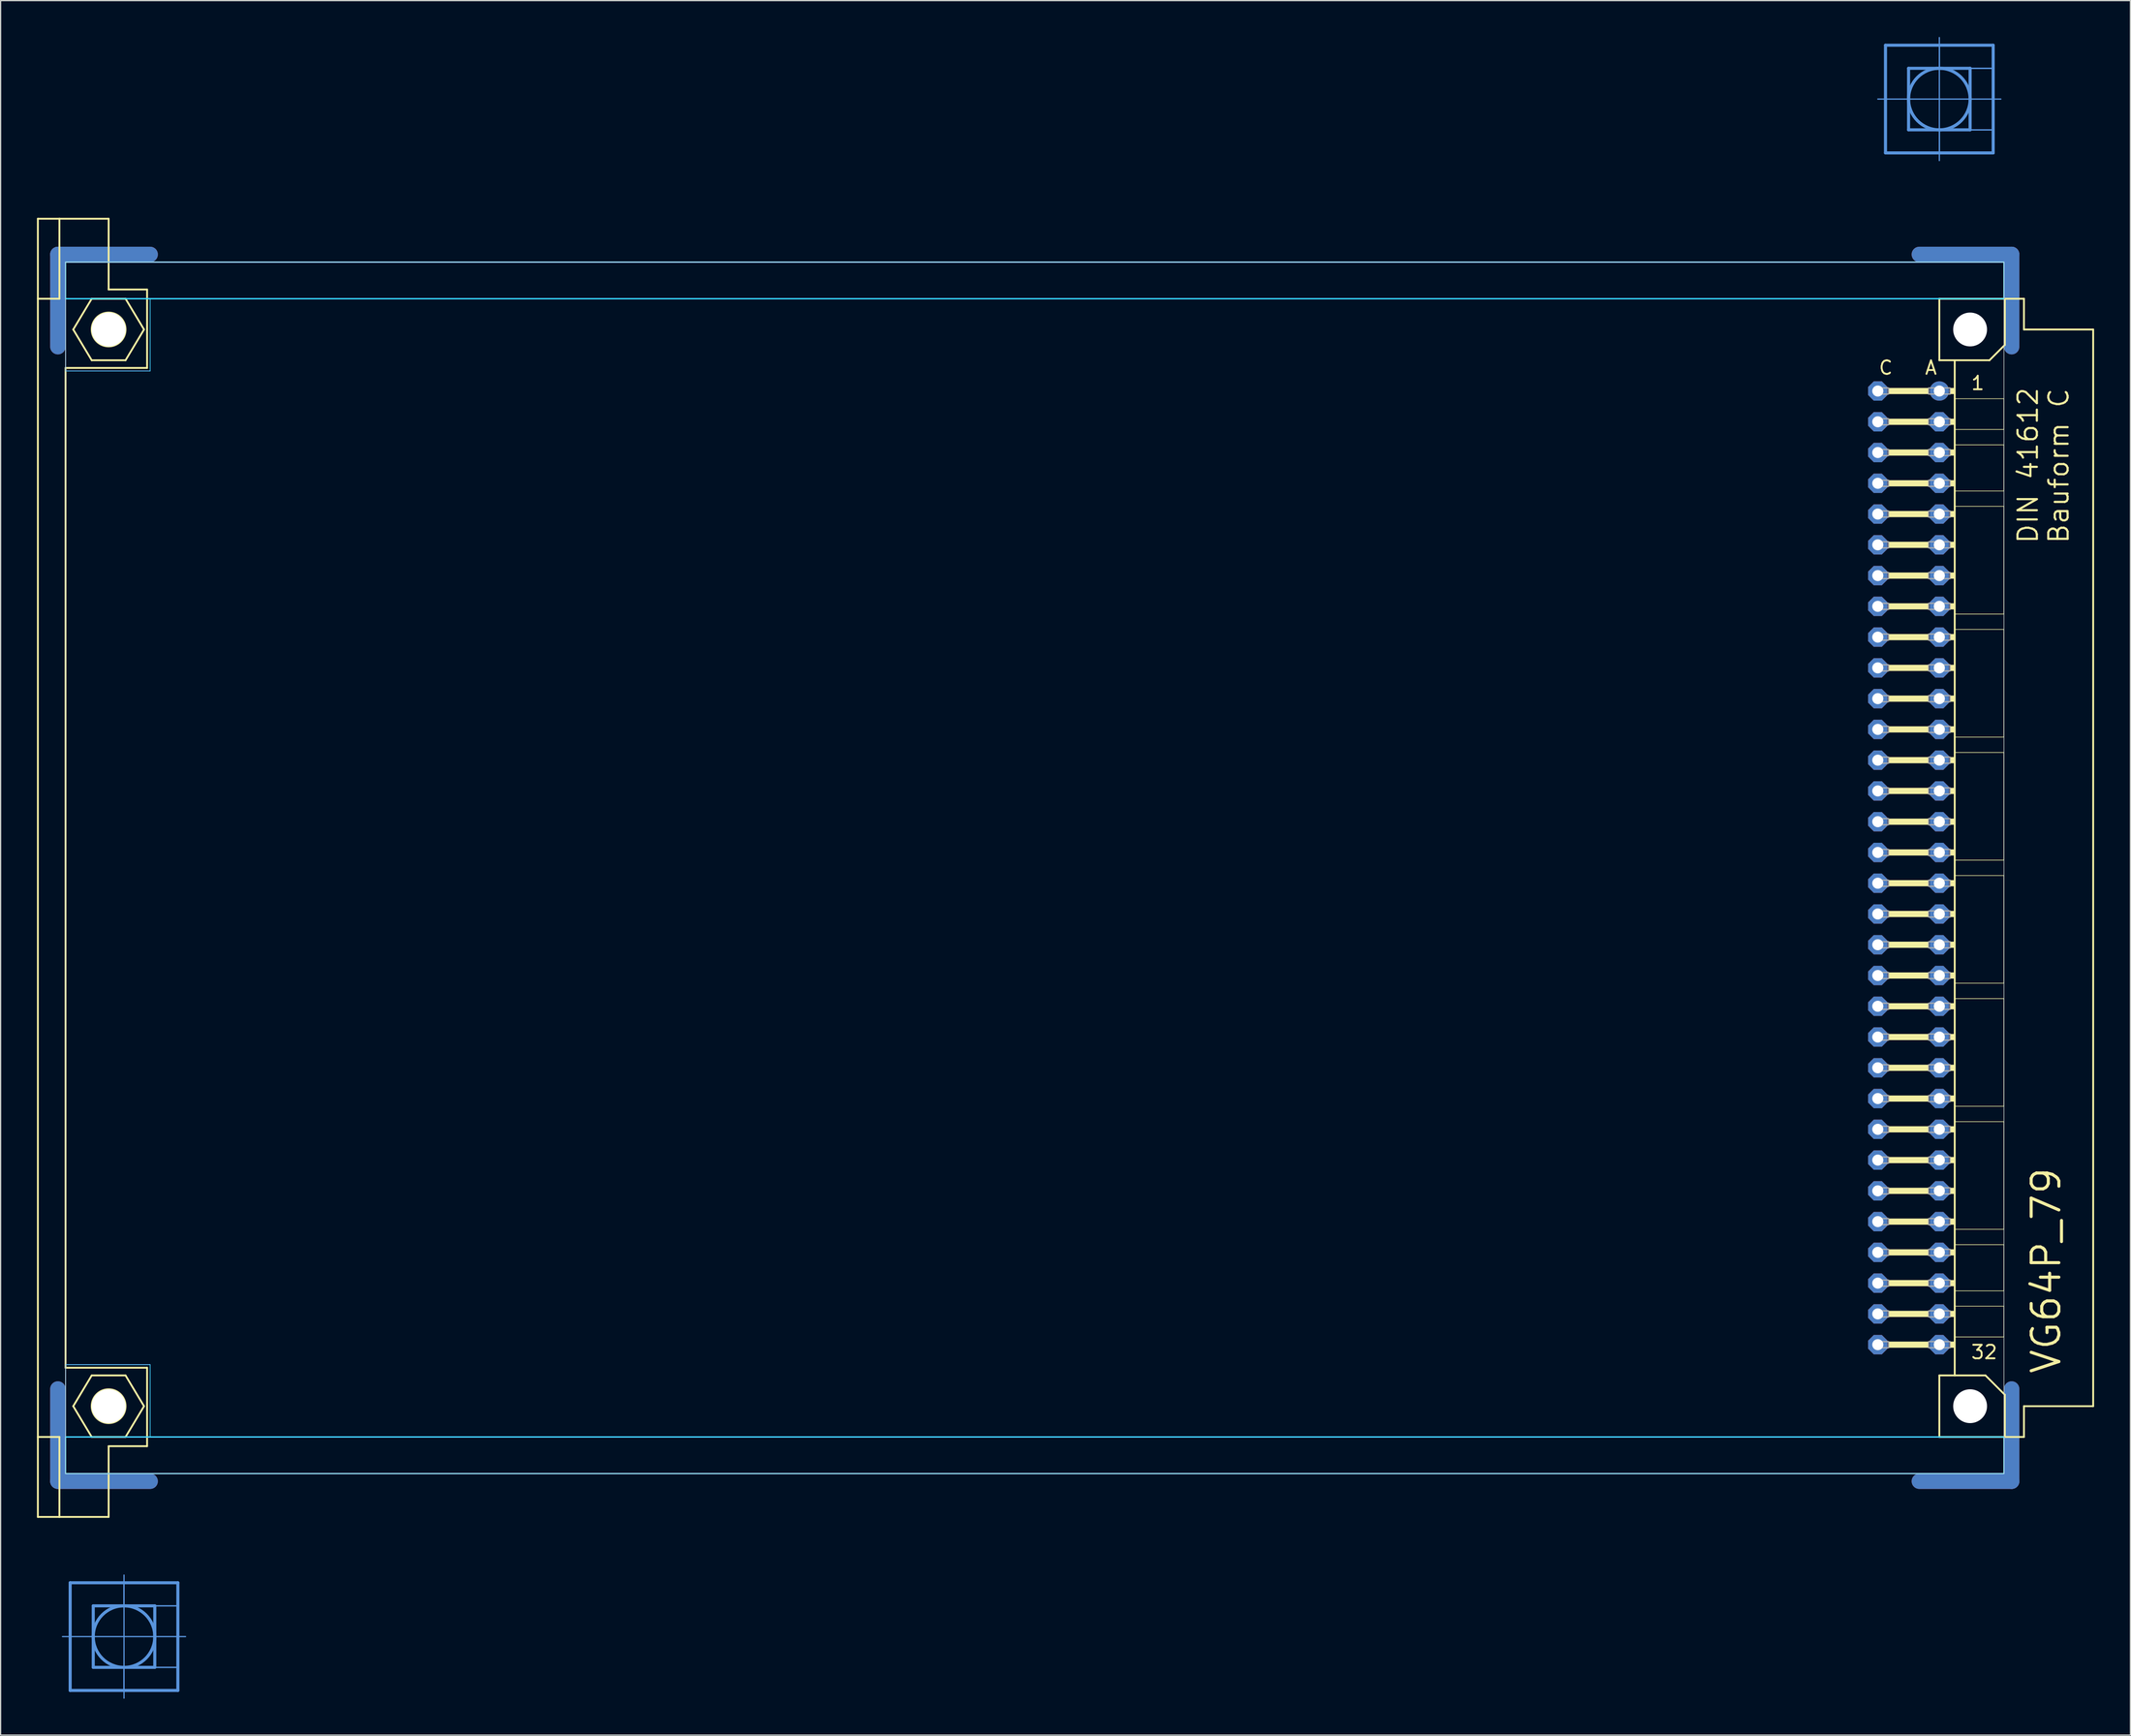
<source format=kicad_pcb>
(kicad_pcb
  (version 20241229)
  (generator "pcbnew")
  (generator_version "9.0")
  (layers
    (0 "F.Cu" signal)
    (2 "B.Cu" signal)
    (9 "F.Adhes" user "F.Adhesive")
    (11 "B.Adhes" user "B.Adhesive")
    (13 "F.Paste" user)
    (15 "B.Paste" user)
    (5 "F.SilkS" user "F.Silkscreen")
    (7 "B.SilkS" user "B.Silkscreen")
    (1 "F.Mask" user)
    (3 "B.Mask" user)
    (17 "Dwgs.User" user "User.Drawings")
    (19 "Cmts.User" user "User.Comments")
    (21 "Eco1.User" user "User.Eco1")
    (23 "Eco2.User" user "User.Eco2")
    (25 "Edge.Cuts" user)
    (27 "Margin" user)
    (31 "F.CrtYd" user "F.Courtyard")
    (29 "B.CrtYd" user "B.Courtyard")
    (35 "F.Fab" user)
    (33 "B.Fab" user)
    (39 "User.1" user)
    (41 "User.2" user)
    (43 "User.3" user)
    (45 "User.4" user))
  (footprint "VG64P_79"
    (layer "F.Cu")
    (at 2.108 68.605)
    (property "Reference" "VG64P_79" (at 165.1 41.91 90) (unlocked yes) (layer "F.SilkS") (effects (font (size 2.286 2.286) (thickness 0.254)) (justify left bottom)))
    (fp_line (start -0.381 -43.028) (end -0.381 -50.648) (stroke (width 1.27) (type solid)) (layer "F.Cu"))
    (fp_line (start -0.381 43.028) (end -0.381 50.648) (stroke (width 1.27) (type solid)) (layer "F.Cu"))
    (fp_line (start 7.239 -50.648) (end -0.381 -50.648) (stroke (width 1.27) (type solid)) (layer "F.Cu"))
    (fp_line (start 7.239 50.648) (end -0.381 50.648) (stroke (width 1.27) (type solid)) (layer "F.Cu"))
    (fp_line (start 153.289 -50.648) (end 160.909 -50.648) (stroke (width 1.27) (type solid)) (layer "F.Cu"))
    (fp_line (start 153.289 50.648) (end 160.909 50.648) (stroke (width 1.27) (type solid)) (layer "F.Cu"))
    (fp_line (start 160.909 -43.028) (end 160.909 -50.648) (stroke (width 1.27) (type solid)) (layer "F.Cu"))
    (fp_line (start 160.909 43.028) (end 160.909 50.648) (stroke (width 1.27) (type solid)) (layer "F.Cu"))
    (fp_line (start 0.254 -42.393) (end 0.254 -50.013) (stroke (width 0.152) (type solid)) (layer "F.Mask"))
    (fp_line (start 0.254 42.393) (end 0.254 50.013) (stroke (width 0.152) (type solid)) (layer "F.Mask"))
    (fp_line (start 7.874 -50.013) (end 0.254 -50.013) (stroke (width 0.152) (type solid)) (layer "F.Mask"))
    (fp_line (start 7.874 50.013) (end 0.254 50.013) (stroke (width 0.152) (type solid)) (layer "F.Mask"))
    (fp_line (start 152.654 -50.013) (end 160.274 -50.013) (stroke (width 0.152) (type solid)) (layer "F.Mask"))
    (fp_line (start 152.654 50.013) (end 160.274 50.013) (stroke (width 0.152) (type solid)) (layer "F.Mask"))
    (fp_line (start 160.274 -42.393) (end 160.274 -50.013) (stroke (width 0.152) (type solid)) (layer "F.Mask"))
    (fp_line (start 160.274 42.393) (end 160.274 50.013) (stroke (width 0.152) (type solid)) (layer "F.Mask"))
    (fp_line (start -0.381 -43.028) (end -0.381 -50.648) (stroke (width 1.27) (type solid)) (layer "B.Cu"))
    (fp_line (start -0.381 43.028) (end -0.381 50.648) (stroke (width 1.27) (type solid)) (layer "B.Cu"))
    (fp_line (start 7.239 -50.648) (end -0.381 -50.648) (stroke (width 1.27) (type solid)) (layer "B.Cu"))
    (fp_line (start 7.239 50.648) (end -0.381 50.648) (stroke (width 1.27) (type solid)) (layer "B.Cu"))
    (fp_line (start 153.289 -50.648) (end 160.909 -50.648) (stroke (width 1.27) (type solid)) (layer "B.Cu"))
    (fp_line (start 153.289 50.648) (end 160.909 50.648) (stroke (width 1.27) (type solid)) (layer "B.Cu"))
    (fp_line (start 160.909 -43.028) (end 160.909 -50.648) (stroke (width 1.27) (type solid)) (layer "B.Cu"))
    (fp_line (start 160.909 43.028) (end 160.909 50.648) (stroke (width 1.27) (type solid)) (layer "B.Cu"))
    (fp_line (start 0.254 -50.013) (end 7.874 -50.013) (stroke (width 0.152) (type solid)) (layer "B.Mask"))
    (fp_line (start 0.254 -42.393) (end 0.254 -50.013) (stroke (width 0.152) (type solid)) (layer "B.Mask"))
    (fp_line (start 0.254 50.013) (end 0.254 42.393) (stroke (width 0.152) (type solid)) (layer "B.Mask"))
    (fp_line (start 7.874 50.013) (end 0.254 50.013) (stroke (width 0.152) (type solid)) (layer "B.Mask"))
    (fp_line (start 152.654 -50.013) (end 160.274 -50.013) (stroke (width 0.152) (type solid)) (layer "B.Mask"))
    (fp_line (start 160.274 -50.013) (end 160.274 -42.393) (stroke (width 0.152) (type solid)) (layer "B.Mask"))
    (fp_line (start 160.274 42.393) (end 160.274 50.013) (stroke (width 0.152) (type solid)) (layer "B.Mask"))
    (fp_line (start 160.274 50.013) (end 152.654 50.013) (stroke (width 0.152) (type solid)) (layer "B.Mask"))
    (fp_line (start -2.032 -53.594) (end -0.254 -53.594) (stroke (width 0.152) (type solid)) (layer "F.SilkS"))
    (fp_line (start -2.032 -46.99) (end -2.032 -53.594) (stroke (width 0.152) (type solid)) (layer "F.SilkS"))
    (fp_line (start -2.032 -46.99) (end -0.254 -46.99) (stroke (width 0.152) (type solid)) (layer "F.SilkS"))
    (fp_line (start -2.032 46.99) (end -2.032 -46.99) (stroke (width 0.152) (type solid)) (layer "F.SilkS"))
    (fp_line (start -2.032 46.99) (end -0.254 46.99) (stroke (width 0.152) (type solid)) (layer "F.SilkS"))
    (fp_line (start -2.032 53.594) (end -2.032 46.99) (stroke (width 0.152) (type solid)) (layer "F.SilkS"))
    (fp_line (start -2.032 53.594) (end -0.254 53.594) (stroke (width 0.152) (type solid)) (layer "F.SilkS"))
    (fp_line (start -0.254 -53.594) (end -0.254 -46.99) (stroke (width 0.152) (type solid)) (layer "F.SilkS"))
    (fp_line (start -0.254 -53.594) (end 3.81 -53.594) (stroke (width 0.152) (type solid)) (layer "F.SilkS"))
    (fp_line (start -0.254 53.594) (end -0.254 46.99) (stroke (width 0.152) (type solid)) (layer "F.SilkS"))
    (fp_line (start -0.254 53.594) (end 3.81 53.594) (stroke (width 0.152) (type solid)) (layer "F.SilkS"))
    (fp_line (start 0.254 -41.275) (end 0.254 41.275) (stroke (width 0.152) (type solid)) (layer "F.SilkS"))
    (fp_line (start 0.254 -41.275) (end 6.985 -41.275) (stroke (width 0.152) (type solid)) (layer "F.SilkS"))
    (fp_line (start 0.254 41.275) (end 6.985 41.275) (stroke (width 0.152) (type solid)) (layer "F.SilkS"))
    (fp_line (start 0.889 -44.45) (end 2.413 -46.99) (stroke (width 0.152) (type solid)) (layer "F.SilkS"))
    (fp_line (start 0.889 44.45) (end 2.413 46.99) (stroke (width 0.152) (type solid)) (layer "F.SilkS"))
    (fp_line (start 2.413 -46.99) (end 5.207 -46.99) (stroke (width 0.152) (type solid)) (layer "F.SilkS"))
    (fp_line (start 2.413 -41.91) (end 0.889 -44.45) (stroke (width 0.152) (type solid)) (layer "F.SilkS"))
    (fp_line (start 2.413 41.91) (end 0.889 44.45) (stroke (width 0.152) (type solid)) (layer "F.SilkS"))
    (fp_line (start 2.413 46.99) (end 5.207 46.99) (stroke (width 0.152) (type solid)) (layer "F.SilkS"))
    (fp_line (start 3.81 -53.594) (end 3.81 -47.752) (stroke (width 0.152) (type solid)) (layer "F.SilkS"))
    (fp_line (start 3.81 -47.752) (end 6.985 -47.752) (stroke (width 0.152) (type solid)) (layer "F.SilkS"))
    (fp_line (start 3.81 47.752) (end 6.985 47.752) (stroke (width 0.152) (type solid)) (layer "F.SilkS"))
    (fp_line (start 3.81 53.594) (end 3.81 47.752) (stroke (width 0.152) (type solid)) (layer "F.SilkS"))
    (fp_line (start 5.207 -46.99) (end 6.731 -44.45) (stroke (width 0.152) (type solid)) (layer "F.SilkS"))
    (fp_line (start 5.207 -41.91) (end 2.413 -41.91) (stroke (width 0.152) (type solid)) (layer "F.SilkS"))
    (fp_line (start 5.207 41.91) (end 2.413 41.91) (stroke (width 0.152) (type solid)) (layer "F.SilkS"))
    (fp_line (start 5.207 46.99) (end 6.731 44.45) (stroke (width 0.152) (type solid)) (layer "F.SilkS"))
    (fp_line (start 6.731 -44.45) (end 5.207 -41.91) (stroke (width 0.152) (type solid)) (layer "F.SilkS"))
    (fp_line (start 6.731 44.45) (end 5.207 41.91) (stroke (width 0.152) (type solid)) (layer "F.SilkS"))
    (fp_line (start 6.985 -47.752) (end 6.985 -41.275) (stroke (width 0.152) (type solid)) (layer "F.SilkS"))
    (fp_line (start 6.985 47.752) (end 6.985 41.275) (stroke (width 0.152) (type solid)) (layer "F.SilkS"))
    (fp_line (start 154.94 -46.99) (end 154.94 -41.91) (stroke (width 0.152) (type solid)) (layer "F.SilkS"))
    (fp_line (start 154.94 -41.91) (end 156.21 -41.91) (stroke (width 0.152) (type solid)) (layer "F.SilkS"))
    (fp_line (start 154.94 41.91) (end 154.94 46.99) (stroke (width 0.152) (type solid)) (layer "F.SilkS"))
    (fp_line (start 154.94 41.91) (end 156.21 41.91) (stroke (width 0.152) (type solid)) (layer "F.SilkS"))
    (fp_line (start 154.94 46.99) (end 160.35 46.99) (stroke (width 0.152) (type solid)) (layer "F.SilkS"))
    (fp_line (start 156.21 -41.91) (end 156.21 -38.735) (stroke (width 0.152) (type solid)) (layer "F.SilkS"))
    (fp_line (start 156.21 -41.91) (end 159.08 -41.91) (stroke (width 0.152) (type solid)) (layer "F.SilkS"))
    (fp_line (start 156.21 -38.735) (end 156.21 -36.195) (stroke (width 0.152) (type solid)) (layer "F.SilkS"))
    (fp_line (start 156.21 -36.195) (end 156.21 -34.925) (stroke (width 0.152) (type solid)) (layer "F.SilkS"))
    (fp_line (start 156.21 -34.925) (end 156.21 -31.115) (stroke (width 0.152) (type solid)) (layer "F.SilkS"))
    (fp_line (start 156.21 -31.115) (end 156.21 -29.845) (stroke (width 0.152) (type solid)) (layer "F.SilkS"))
    (fp_line (start 156.21 -29.845) (end 156.21 -20.955) (stroke (width 0.152) (type solid)) (layer "F.SilkS"))
    (fp_line (start 156.21 -20.955) (end 156.21 -19.685) (stroke (width 0.152) (type solid)) (layer "F.SilkS"))
    (fp_line (start 156.21 -19.685) (end 156.21 -10.795) (stroke (width 0.152) (type solid)) (layer "F.SilkS"))
    (fp_line (start 156.21 -10.795) (end 156.21 -9.525) (stroke (width 0.152) (type solid)) (layer "F.SilkS"))
    (fp_line (start 156.21 -9.525) (end 156.21 -0.635) (stroke (width 0.152) (type solid)) (layer "F.SilkS"))
    (fp_line (start 156.21 -0.635) (end 156.21 0.635) (stroke (width 0.152) (type solid)) (layer "F.SilkS"))
    (fp_line (start 156.21 0.635) (end 156.21 9.525) (stroke (width 0.152) (type solid)) (layer "F.SilkS"))
    (fp_line (start 156.21 9.525) (end 156.21 10.795) (stroke (width 0.152) (type solid)) (layer "F.SilkS"))
    (fp_line (start 156.21 10.795) (end 156.21 19.685) (stroke (width 0.152) (type solid)) (layer "F.SilkS"))
    (fp_line (start 156.21 19.685) (end 156.21 20.955) (stroke (width 0.152) (type solid)) (layer "F.SilkS"))
    (fp_line (start 156.21 20.955) (end 156.21 29.845) (stroke (width 0.152) (type solid)) (layer "F.SilkS"))
    (fp_line (start 156.21 29.845) (end 156.21 31.115) (stroke (width 0.152) (type solid)) (layer "F.SilkS"))
    (fp_line (start 156.21 31.115) (end 156.21 34.925) (stroke (width 0.152) (type solid)) (layer "F.SilkS"))
    (fp_line (start 156.21 34.925) (end 156.21 36.195) (stroke (width 0.152) (type solid)) (layer "F.SilkS"))
    (fp_line (start 156.21 36.195) (end 156.21 38.735) (stroke (width 0.152) (type solid)) (layer "F.SilkS"))
    (fp_line (start 156.21 38.735) (end 156.21 41.91) (stroke (width 0.152) (type solid)) (layer "F.SilkS"))
    (fp_line (start 156.21 41.91) (end 158.75 41.91) (stroke (width 0.152) (type solid)) (layer "F.SilkS"))
    (fp_line (start 159.08 -41.91) (end 160.35 -43.18) (stroke (width 0.152) (type solid)) (layer "F.SilkS"))
    (fp_line (start 160.274 -38.735) (end 156.21 -38.735) (stroke (width 0.051) (type solid)) (layer "F.SilkS"))
    (fp_line (start 160.274 -38.735) (end 160.274 -36.195) (stroke (width 0.051) (type solid)) (layer "F.SilkS"))
    (fp_line (start 160.274 -36.195) (end 156.21 -36.195) (stroke (width 0.051) (type solid)) (layer "F.SilkS"))
    (fp_line (start 160.274 -34.925) (end 156.21 -34.925) (stroke (width 0.051) (type solid)) (layer "F.SilkS"))
    (fp_line (start 160.274 -34.925) (end 160.274 -31.115) (stroke (width 0.051) (type solid)) (layer "F.SilkS"))
    (fp_line (start 160.274 -31.115) (end 156.21 -31.115) (stroke (width 0.051) (type solid)) (layer "F.SilkS"))
    (fp_line (start 160.274 -29.845) (end 156.21 -29.845) (stroke (width 0.051) (type solid)) (layer "F.SilkS"))
    (fp_line (start 160.274 -29.845) (end 160.274 -20.955) (stroke (width 0.051) (type solid)) (layer "F.SilkS"))
    (fp_line (start 160.274 -20.955) (end 156.21 -20.955) (stroke (width 0.051) (type solid)) (layer "F.SilkS"))
    (fp_line (start 160.274 -19.685) (end 156.21 -19.685) (stroke (width 0.051) (type solid)) (layer "F.SilkS"))
    (fp_line (start 160.274 -19.685) (end 160.274 -10.795) (stroke (width 0.051) (type solid)) (layer "F.SilkS"))
    (fp_line (start 160.274 -10.795) (end 156.21 -10.795) (stroke (width 0.051) (type solid)) (layer "F.SilkS"))
    (fp_line (start 160.274 -9.525) (end 156.21 -9.525) (stroke (width 0.051) (type solid)) (layer "F.SilkS"))
    (fp_line (start 160.274 -9.525) (end 160.274 -0.635) (stroke (width 0.051) (type solid)) (layer "F.SilkS"))
    (fp_line (start 160.274 -0.635) (end 156.21 -0.635) (stroke (width 0.051) (type solid)) (layer "F.SilkS"))
    (fp_line (start 160.274 0.635) (end 156.21 0.635) (stroke (width 0.051) (type solid)) (layer "F.SilkS"))
    (fp_line (start 160.274 0.635) (end 160.274 9.525) (stroke (width 0.051) (type solid)) (layer "F.SilkS"))
    (fp_line (start 160.274 9.525) (end 156.21 9.525) (stroke (width 0.051) (type solid)) (layer "F.SilkS"))
    (fp_line (start 160.274 10.795) (end 156.21 10.795) (stroke (width 0.051) (type solid)) (layer "F.SilkS"))
    (fp_line (start 160.274 10.795) (end 160.274 19.685) (stroke (width 0.051) (type solid)) (layer "F.SilkS"))
    (fp_line (start 160.274 19.685) (end 156.21 19.685) (stroke (width 0.051) (type solid)) (layer "F.SilkS"))
    (fp_line (start 160.274 20.955) (end 156.21 20.955) (stroke (width 0.051) (type solid)) (layer "F.SilkS"))
    (fp_line (start 160.274 20.955) (end 160.274 29.845) (stroke (width 0.051) (type solid)) (layer "F.SilkS"))
    (fp_line (start 160.274 29.845) (end 156.21 29.845) (stroke (width 0.051) (type solid)) (layer "F.SilkS"))
    (fp_line (start 160.274 31.115) (end 156.21 31.115) (stroke (width 0.051) (type solid)) (layer "F.SilkS"))
    (fp_line (start 160.274 31.115) (end 160.274 34.925) (stroke (width 0.051) (type solid)) (layer "F.SilkS"))
    (fp_line (start 160.274 34.925) (end 156.21 34.925) (stroke (width 0.051) (type solid)) (layer "F.SilkS"))
    (fp_line (start 160.274 36.195) (end 156.21 36.195) (stroke (width 0.051) (type solid)) (layer "F.SilkS"))
    (fp_line (start 160.274 36.195) (end 160.274 38.735) (stroke (width 0.051) (type solid)) (layer "F.SilkS"))
    (fp_line (start 160.274 38.735) (end 156.21 38.735) (stroke (width 0.051) (type solid)) (layer "F.SilkS"))
    (fp_line (start 160.35 -46.99) (end 154.94 -46.99) (stroke (width 0.152) (type solid)) (layer "F.SilkS"))
    (fp_line (start 160.35 -43.18) (end 160.35 -46.99) (stroke (width 0.152) (type solid)) (layer "F.SilkS"))
    (fp_line (start 160.35 43.51) (end 158.75 41.91) (stroke (width 0.152) (type solid)) (layer "F.SilkS"))
    (fp_line (start 160.35 43.51) (end 160.35 46.99) (stroke (width 0.152) (type solid)) (layer "F.SilkS"))
    (fp_line (start 160.35 46.99) (end 161.925 46.99) (stroke (width 0.152) (type solid)) (layer "F.SilkS"))
    (fp_line (start 161.925 -46.99) (end 160.35 -46.99) (stroke (width 0.152) (type solid)) (layer "F.SilkS"))
    (fp_line (start 161.925 -44.45) (end 161.925 -46.99) (stroke (width 0.152) (type solid)) (layer "F.SilkS"))
    (fp_line (start 161.925 44.45) (end 167.64 44.45) (stroke (width 0.152) (type solid)) (layer "F.SilkS"))
    (fp_line (start 161.925 46.99) (end 161.925 44.45) (stroke (width 0.152) (type solid)) (layer "F.SilkS"))
    (fp_line (start 167.64 -44.45) (end 161.925 -44.45) (stroke (width 0.152) (type solid)) (layer "F.SilkS"))
    (fp_line (start 167.64 44.45) (end 167.64 -44.45) (stroke (width 0.152) (type solid)) (layer "F.SilkS"))
    (fp_circle (center 3.81 -44.45) (end 5.207 -44.45) (stroke (width 0.152) (type solid)) (fill no) (layer "F.SilkS"))
    (fp_circle (center 3.81 44.45) (end 5.207 44.45) (stroke (width 0.152) (type solid)) (fill no) (layer "F.SilkS"))
    (fp_circle (center 157.48 -44.45) (end 158.75 -44.45) (stroke (width 0.152) (type solid)) (fill no) (layer "F.SilkS"))
    (fp_circle (center 157.48 44.45) (end 158.75 44.45) (stroke (width 0.152) (type solid)) (fill no) (layer "F.SilkS"))
    (fp_poly (pts (xy 150.749 -39.116) (xy 154.051 -39.116) (xy 154.051 -39.624) (xy 150.749 -39.624)) (stroke (width 0) (type default)) (fill yes) (layer "F.SilkS"))
    (fp_poly (pts (xy 150.749 -36.576) (xy 154.051 -36.576) (xy 154.051 -37.084) (xy 150.749 -37.084)) (stroke (width 0) (type default)) (fill yes) (layer "F.SilkS"))
    (fp_poly (pts (xy 150.749 -34.036) (xy 154.051 -34.036) (xy 154.051 -34.544) (xy 150.749 -34.544)) (stroke (width 0) (type default)) (fill yes) (layer "F.SilkS"))
    (fp_poly (pts (xy 150.749 -31.496) (xy 154.051 -31.496) (xy 154.051 -32.004) (xy 150.749 -32.004)) (stroke (width 0) (type default)) (fill yes) (layer "F.SilkS"))
    (fp_poly (pts (xy 150.749 -28.956) (xy 154.051 -28.956) (xy 154.051 -29.464) (xy 150.749 -29.464)) (stroke (width 0) (type default)) (fill yes) (layer "F.SilkS"))
    (fp_poly (pts (xy 150.749 -26.416) (xy 154.051 -26.416) (xy 154.051 -26.924) (xy 150.749 -26.924)) (stroke (width 0) (type default)) (fill yes) (layer "F.SilkS"))
    (fp_poly (pts (xy 150.749 -23.876) (xy 154.051 -23.876) (xy 154.051 -24.384) (xy 150.749 -24.384)) (stroke (width 0) (type default)) (fill yes) (layer "F.SilkS"))
    (fp_poly (pts (xy 150.749 -21.336) (xy 154.051 -21.336) (xy 154.051 -21.844) (xy 150.749 -21.844)) (stroke (width 0) (type default)) (fill yes) (layer "F.SilkS"))
    (fp_poly (pts (xy 150.749 -18.796) (xy 154.051 -18.796) (xy 154.051 -19.304) (xy 150.749 -19.304)) (stroke (width 0) (type default)) (fill yes) (layer "F.SilkS"))
    (fp_poly (pts (xy 150.749 -16.256) (xy 154.051 -16.256) (xy 154.051 -16.764) (xy 150.749 -16.764)) (stroke (width 0) (type default)) (fill yes) (layer "F.SilkS"))
    (fp_poly (pts (xy 150.749 -13.716) (xy 154.051 -13.716) (xy 154.051 -14.224) (xy 150.749 -14.224)) (stroke (width 0) (type default)) (fill yes) (layer "F.SilkS"))
    (fp_poly (pts (xy 150.749 -11.176) (xy 154.051 -11.176) (xy 154.051 -11.684) (xy 150.749 -11.684)) (stroke (width 0) (type default)) (fill yes) (layer "F.SilkS"))
    (fp_poly (pts (xy 150.749 -8.636) (xy 154.051 -8.636) (xy 154.051 -9.144) (xy 150.749 -9.144)) (stroke (width 0) (type default)) (fill yes) (layer "F.SilkS"))
    (fp_poly (pts (xy 150.749 -6.096) (xy 154.051 -6.096) (xy 154.051 -6.604) (xy 150.749 -6.604)) (stroke (width 0) (type default)) (fill yes) (layer "F.SilkS"))
    (fp_poly (pts (xy 150.749 -3.556) (xy 154.051 -3.556) (xy 154.051 -4.064) (xy 150.749 -4.064)) (stroke (width 0) (type default)) (fill yes) (layer "F.SilkS"))
    (fp_poly (pts (xy 150.749 -1.016) (xy 154.051 -1.016) (xy 154.051 -1.524) (xy 150.749 -1.524)) (stroke (width 0) (type default)) (fill yes) (layer "F.SilkS"))
    (fp_poly (pts (xy 150.749 1.524) (xy 154.051 1.524) (xy 154.051 1.016) (xy 150.749 1.016)) (stroke (width 0) (type default)) (fill yes) (layer "F.SilkS"))
    (fp_poly (pts (xy 150.749 4.064) (xy 154.051 4.064) (xy 154.051 3.556) (xy 150.749 3.556)) (stroke (width 0) (type default)) (fill yes) (layer "F.SilkS"))
    (fp_poly (pts (xy 150.749 6.604) (xy 154.051 6.604) (xy 154.051 6.096) (xy 150.749 6.096)) (stroke (width 0) (type default)) (fill yes) (layer "F.SilkS"))
    (fp_poly (pts (xy 150.749 9.144) (xy 154.051 9.144) (xy 154.051 8.636) (xy 150.749 8.636)) (stroke (width 0) (type default)) (fill yes) (layer "F.SilkS"))
    (fp_poly (pts (xy 150.749 11.684) (xy 154.051 11.684) (xy 154.051 11.176) (xy 150.749 11.176)) (stroke (width 0) (type default)) (fill yes) (layer "F.SilkS"))
    (fp_poly (pts (xy 150.749 14.224) (xy 154.051 14.224) (xy 154.051 13.716) (xy 150.749 13.716)) (stroke (width 0) (type default)) (fill yes) (layer "F.SilkS"))
    (fp_poly (pts (xy 150.749 16.764) (xy 154.051 16.764) (xy 154.051 16.256) (xy 150.749 16.256)) (stroke (width 0) (type default)) (fill yes) (layer "F.SilkS"))
    (fp_poly (pts (xy 150.749 19.304) (xy 154.051 19.304) (xy 154.051 18.796) (xy 150.749 18.796)) (stroke (width 0) (type default)) (fill yes) (layer "F.SilkS"))
    (fp_poly (pts (xy 150.749 21.844) (xy 154.051 21.844) (xy 154.051 21.336) (xy 150.749 21.336)) (stroke (width 0) (type default)) (fill yes) (layer "F.SilkS"))
    (fp_poly (pts (xy 150.749 24.384) (xy 154.051 24.384) (xy 154.051 23.876) (xy 150.749 23.876)) (stroke (width 0) (type default)) (fill yes) (layer "F.SilkS"))
    (fp_poly (pts (xy 150.749 26.924) (xy 154.051 26.924) (xy 154.051 26.416) (xy 150.749 26.416)) (stroke (width 0) (type default)) (fill yes) (layer "F.SilkS"))
    (fp_poly (pts (xy 150.749 29.464) (xy 154.051 29.464) (xy 154.051 28.956) (xy 150.749 28.956)) (stroke (width 0) (type default)) (fill yes) (layer "F.SilkS"))
    (fp_poly (pts (xy 150.749 32.004) (xy 154.051 32.004) (xy 154.051 31.496) (xy 150.749 31.496)) (stroke (width 0) (type default)) (fill yes) (layer "F.SilkS"))
    (fp_poly (pts (xy 150.749 34.544) (xy 154.051 34.544) (xy 154.051 34.036) (xy 150.749 34.036)) (stroke (width 0) (type default)) (fill yes) (layer "F.SilkS"))
    (fp_poly (pts (xy 150.749 37.084) (xy 154.051 37.084) (xy 154.051 36.576) (xy 150.749 36.576)) (stroke (width 0) (type default)) (fill yes) (layer "F.SilkS"))
    (fp_poly (pts (xy 150.749 39.624) (xy 154.051 39.624) (xy 154.051 39.116) (xy 150.749 39.116)) (stroke (width 0) (type default)) (fill yes) (layer "F.SilkS"))
    (fp_poly (pts (xy 155.829 -39.116) (xy 156.21 -39.116) (xy 156.21 -39.624) (xy 155.829 -39.624)) (stroke (width 0) (type default)) (fill yes) (layer "F.SilkS"))
    (fp_poly (pts (xy 155.829 -36.576) (xy 156.21 -36.576) (xy 156.21 -37.084) (xy 155.829 -37.084)) (stroke (width 0) (type default)) (fill yes) (layer "F.SilkS"))
    (fp_poly (pts (xy 155.829 -34.036) (xy 156.21 -34.036) (xy 156.21 -34.544) (xy 155.829 -34.544)) (stroke (width 0) (type default)) (fill yes) (layer "F.SilkS"))
    (fp_poly (pts (xy 155.829 -31.496) (xy 156.21 -31.496) (xy 156.21 -32.004) (xy 155.829 -32.004)) (stroke (width 0) (type default)) (fill yes) (layer "F.SilkS"))
    (fp_poly (pts (xy 155.829 -28.956) (xy 156.21 -28.956) (xy 156.21 -29.464) (xy 155.829 -29.464)) (stroke (width 0) (type default)) (fill yes) (layer "F.SilkS"))
    (fp_poly (pts (xy 155.829 -26.416) (xy 156.21 -26.416) (xy 156.21 -26.924) (xy 155.829 -26.924)) (stroke (width 0) (type default)) (fill yes) (layer "F.SilkS"))
    (fp_poly (pts (xy 155.829 -23.876) (xy 156.21 -23.876) (xy 156.21 -24.384) (xy 155.829 -24.384)) (stroke (width 0) (type default)) (fill yes) (layer "F.SilkS"))
    (fp_poly (pts (xy 155.829 -21.336) (xy 156.21 -21.336) (xy 156.21 -21.844) (xy 155.829 -21.844)) (stroke (width 0) (type default)) (fill yes) (layer "F.SilkS"))
    (fp_poly (pts (xy 155.829 -18.796) (xy 156.21 -18.796) (xy 156.21 -19.304) (xy 155.829 -19.304)) (stroke (width 0) (type default)) (fill yes) (layer "F.SilkS"))
    (fp_poly (pts (xy 155.829 -16.256) (xy 156.21 -16.256) (xy 156.21 -16.764) (xy 155.829 -16.764)) (stroke (width 0) (type default)) (fill yes) (layer "F.SilkS"))
    (fp_poly (pts (xy 155.829 -13.716) (xy 156.21 -13.716) (xy 156.21 -14.224) (xy 155.829 -14.224)) (stroke (width 0) (type default)) (fill yes) (layer "F.SilkS"))
    (fp_poly (pts (xy 155.829 -11.176) (xy 156.21 -11.176) (xy 156.21 -11.684) (xy 155.829 -11.684)) (stroke (width 0) (type default)) (fill yes) (layer "F.SilkS"))
    (fp_poly (pts (xy 155.829 -8.636) (xy 156.21 -8.636) (xy 156.21 -9.144) (xy 155.829 -9.144)) (stroke (width 0) (type default)) (fill yes) (layer "F.SilkS"))
    (fp_poly (pts (xy 155.829 -6.096) (xy 156.21 -6.096) (xy 156.21 -6.604) (xy 155.829 -6.604)) (stroke (width 0) (type default)) (fill yes) (layer "F.SilkS"))
    (fp_poly (pts (xy 155.829 -3.556) (xy 156.21 -3.556) (xy 156.21 -4.064) (xy 155.829 -4.064)) (stroke (width 0) (type default)) (fill yes) (layer "F.SilkS"))
    (fp_poly (pts (xy 155.829 -1.016) (xy 156.21 -1.016) (xy 156.21 -1.524) (xy 155.829 -1.524)) (stroke (width 0) (type default)) (fill yes) (layer "F.SilkS"))
    (fp_poly (pts (xy 155.829 1.524) (xy 156.21 1.524) (xy 156.21 1.016) (xy 155.829 1.016)) (stroke (width 0) (type default)) (fill yes) (layer "F.SilkS"))
    (fp_poly (pts (xy 155.829 4.064) (xy 156.21 4.064) (xy 156.21 3.556) (xy 155.829 3.556)) (stroke (width 0) (type default)) (fill yes) (layer "F.SilkS"))
    (fp_poly (pts (xy 155.829 6.604) (xy 156.21 6.604) (xy 156.21 6.096) (xy 155.829 6.096)) (stroke (width 0) (type default)) (fill yes) (layer "F.SilkS"))
    (fp_poly (pts (xy 155.829 9.144) (xy 156.21 9.144) (xy 156.21 8.636) (xy 155.829 8.636)) (stroke (width 0) (type default)) (fill yes) (layer "F.SilkS"))
    (fp_poly (pts (xy 155.829 11.684) (xy 156.21 11.684) (xy 156.21 11.176) (xy 155.829 11.176)) (stroke (width 0) (type default)) (fill yes) (layer "F.SilkS"))
    (fp_poly (pts (xy 155.829 14.224) (xy 156.21 14.224) (xy 156.21 13.716) (xy 155.829 13.716)) (stroke (width 0) (type default)) (fill yes) (layer "F.SilkS"))
    (fp_poly (pts (xy 155.829 16.764) (xy 156.21 16.764) (xy 156.21 16.256) (xy 155.829 16.256)) (stroke (width 0) (type default)) (fill yes) (layer "F.SilkS"))
    (fp_poly (pts (xy 155.829 19.304) (xy 156.21 19.304) (xy 156.21 18.796) (xy 155.829 18.796)) (stroke (width 0) (type default)) (fill yes) (layer "F.SilkS"))
    (fp_poly (pts (xy 155.829 21.844) (xy 156.21 21.844) (xy 156.21 21.336) (xy 155.829 21.336)) (stroke (width 0) (type default)) (fill yes) (layer "F.SilkS"))
    (fp_poly (pts (xy 155.829 24.384) (xy 156.21 24.384) (xy 156.21 23.876) (xy 155.829 23.876)) (stroke (width 0) (type default)) (fill yes) (layer "F.SilkS"))
    (fp_poly (pts (xy 155.829 26.924) (xy 156.21 26.924) (xy 156.21 26.416) (xy 155.829 26.416)) (stroke (width 0) (type default)) (fill yes) (layer "F.SilkS"))
    (fp_poly (pts (xy 155.829 29.464) (xy 156.21 29.464) (xy 156.21 28.956) (xy 155.829 28.956)) (stroke (width 0) (type default)) (fill yes) (layer "F.SilkS"))
    (fp_poly (pts (xy 155.829 32.004) (xy 156.21 32.004) (xy 156.21 31.496) (xy 155.829 31.496)) (stroke (width 0) (type default)) (fill yes) (layer "F.SilkS"))
    (fp_poly (pts (xy 155.829 34.544) (xy 156.21 34.544) (xy 156.21 34.036) (xy 155.829 34.036)) (stroke (width 0) (type default)) (fill yes) (layer "F.SilkS"))
    (fp_poly (pts (xy 155.829 37.084) (xy 156.21 37.084) (xy 156.21 36.576) (xy 155.829 36.576)) (stroke (width 0) (type default)) (fill yes) (layer "F.SilkS"))
    (fp_poly (pts (xy 155.829 39.624) (xy 156.21 39.624) (xy 156.21 39.116) (xy 155.829 39.116)) (stroke (width 0) (type default)) (fill yes) (layer "F.SilkS"))
    (fp_line (start 0 63.475) (end 0.635 63.475) (stroke (width 0.102) (type solid)) (layer "Cmts.User"))
    (fp_line (start 0.635 59.03) (end 9.525 59.03) (stroke (width 0.254) (type solid)) (layer "Cmts.User"))
    (fp_line (start 0.635 63.475) (end 0.635 59.03) (stroke (width 0.254) (type solid)) (layer "Cmts.User"))
    (fp_line (start 0.635 63.475) (end 10.16 63.475) (stroke (width 0.102) (type solid)) (layer "Cmts.User"))
    (fp_line (start 0.635 67.92) (end 0.635 63.475) (stroke (width 0.254) (type solid)) (layer "Cmts.User"))
    (fp_line (start 2.54 60.935) (end 2.54 66.015) (stroke (width 0.254) (type solid)) (layer "Cmts.User"))
    (fp_line (start 2.54 66.015) (end 7.62 66.015) (stroke (width 0.254) (type solid)) (layer "Cmts.User"))
    (fp_line (start 5.08 68.555) (end 5.08 58.395) (stroke (width 0.102) (type solid)) (layer "Cmts.User"))
    (fp_line (start 7.62 60.935) (end 2.54 60.935) (stroke (width 0.254) (type solid)) (layer "Cmts.User"))
    (fp_line (start 7.62 66.015) (end 7.62 60.935) (stroke (width 0.254) (type solid)) (layer "Cmts.User"))
    (fp_line (start 9.525 59.03) (end 9.525 67.92) (stroke (width 0.254) (type solid)) (layer "Cmts.User"))
    (fp_line (start 9.525 67.92) (end 0.635 67.92) (stroke (width 0.254) (type solid)) (layer "Cmts.User"))
    (fp_line (start 149.86 -63.475) (end 150.495 -63.475) (stroke (width 0.102) (type solid)) (layer "Cmts.User"))
    (fp_line (start 150.495 -67.92) (end 159.385 -67.92) (stroke (width 0.254) (type solid)) (layer "Cmts.User"))
    (fp_line (start 150.495 -63.475) (end 150.495 -67.92) (stroke (width 0.254) (type solid)) (layer "Cmts.User"))
    (fp_line (start 150.495 -63.475) (end 160.02 -63.475) (stroke (width 0.102) (type solid)) (layer "Cmts.User"))
    (fp_line (start 150.495 -59.03) (end 150.495 -63.475) (stroke (width 0.254) (type solid)) (layer "Cmts.User"))
    (fp_line (start 152.4 -66.015) (end 152.4 -60.935) (stroke (width 0.254) (type solid)) (layer "Cmts.User"))
    (fp_line (start 152.4 -60.935) (end 157.48 -60.935) (stroke (width 0.254) (type solid)) (layer "Cmts.User"))
    (fp_line (start 154.94 -58.395) (end 154.94 -68.555) (stroke (width 0.102) (type solid)) (layer "Cmts.User"))
    (fp_line (start 157.48 -66.015) (end 152.4 -66.015) (stroke (width 0.254) (type solid)) (layer "Cmts.User"))
    (fp_line (start 157.48 -60.935) (end 157.48 -66.015) (stroke (width 0.254) (type solid)) (layer "Cmts.User"))
    (fp_line (start 159.385 -67.92) (end 159.385 -59.03) (stroke (width 0.254) (type solid)) (layer "Cmts.User"))
    (fp_line (start 159.385 -59.03) (end 150.495 -59.03) (stroke (width 0.254) (type solid)) (layer "Cmts.User"))
    (fp_circle (center 5.08 63.475) (end 7.62 63.475) (stroke (width 0.254) (type solid)) (fill no) (layer "Cmts.User"))
    (fp_circle (center 154.94 -63.475) (end 157.48 -63.475) (stroke (width 0.254) (type solid)) (fill no) (layer "Cmts.User"))
    (fp_poly (pts (xy 5.08 60.935) (xy 9.525 60.935) (xy 9.525 59.03) (xy 5.08 59.03)) (stroke (width 0.1) (type default)) (fill no) (layer "Cmts.User"))
    (fp_poly (pts (xy 5.08 67.92) (xy 9.525 67.92) (xy 9.525 66.015) (xy 5.08 66.015)) (stroke (width 0.1) (type default)) (fill no) (layer "Cmts.User"))
    (fp_poly (pts (xy 7.62 66.015) (xy 9.525 66.015) (xy 9.525 60.935) (xy 7.62 60.935)) (stroke (width 0.1) (type default)) (fill no) (layer "Cmts.User"))
    (fp_poly (pts (xy 154.94 -66.015) (xy 159.385 -66.015) (xy 159.385 -67.92) (xy 154.94 -67.92)) (stroke (width 0.1) (type default)) (fill no) (layer "Cmts.User"))
    (fp_poly (pts (xy 154.94 -59.03) (xy 159.385 -59.03) (xy 159.385 -60.935) (xy 154.94 -60.935)) (stroke (width 0.1) (type default)) (fill no) (layer "Cmts.User"))
    (fp_poly (pts (xy 157.48 -60.935) (xy 159.385 -60.935) (xy 159.385 -66.015) (xy 157.48 -66.015)) (stroke (width 0.1) (type default)) (fill no) (layer "Cmts.User"))
    (fp_line (start 0.254 -50.013) (end 0.254 50.013) (stroke (width 0.05) (type solid)) (layer "Edge.Cuts"))
    (fp_line (start 0.254 50.013) (end 160.274 50.013) (stroke (width 0.05) (type solid)) (layer "Edge.Cuts"))
    (fp_line (start 160.274 -50.013) (end 0.254 -50.013) (stroke (width 0.05) (type solid)) (layer "Edge.Cuts"))
    (fp_line (start 160.274 50.013) (end 160.274 -50.013) (stroke (width 0.05) (type solid)) (layer "Edge.Cuts"))
    (fp_line (start 0.254 -41.021) (end 0.254 -50.013) (stroke (width 0.051) (type solid)) (layer "B.CrtYd"))
    (fp_line (start 0.254 -41.021) (end 7.239 -41.021) (stroke (width 0.051) (type solid)) (layer "B.CrtYd"))
    (fp_line (start 0.254 41.021) (end 0.254 50.013) (stroke (width 0.051) (type solid)) (layer "B.CrtYd"))
    (fp_line (start 0.254 41.021) (end 7.239 41.021) (stroke (width 0.051) (type solid)) (layer "B.CrtYd"))
    (fp_line (start 7.239 -46.99) (end 7.239 -41.021) (stroke (width 0.051) (type solid)) (layer "B.CrtYd"))
    (fp_line (start 7.239 46.99) (end 7.239 41.021) (stroke (width 0.051) (type solid)) (layer "B.CrtYd"))
    (fp_line (start 160.274 -50.013) (end 160.274 -46.99) (stroke (width 0.051) (type solid)) (layer "B.CrtYd"))
    (fp_line (start 160.274 50.013) (end 160.274 46.99) (stroke (width 0.051) (type solid)) (layer "B.CrtYd"))
    (fp_poly (pts (xy 0.254 -46.99) (xy 160.274 -46.99) (xy 160.274 -50.013) (xy 0.254 -50.013)) (stroke (width 0.1) (type default)) (fill no) (layer "B.CrtYd"))
    (fp_poly (pts (xy 0.254 50.013) (xy 160.274 50.013) (xy 160.274 46.99) (xy 0.254 46.99)) (stroke (width 0.1) (type default)) (fill no) (layer "B.CrtYd"))
    (fp_line (start 0.254 -41.021) (end 0.254 -50.013) (stroke (width 0.051) (type solid)) (layer "F.CrtYd"))
    (fp_line (start 0.254 -41.021) (end 7.239 -41.021) (stroke (width 0.051) (type solid)) (layer "F.CrtYd"))
    (fp_line (start 0.254 41.021) (end 0.254 50.013) (stroke (width 0.051) (type solid)) (layer "F.CrtYd"))
    (fp_line (start 0.254 41.021) (end 7.239 41.021) (stroke (width 0.051) (type solid)) (layer "F.CrtYd"))
    (fp_line (start 7.239 -46.99) (end 7.239 -41.021) (stroke (width 0.051) (type solid)) (layer "F.CrtYd"))
    (fp_line (start 7.239 46.99) (end 7.239 41.021) (stroke (width 0.051) (type solid)) (layer "F.CrtYd"))
    (fp_line (start 160.274 -50.013) (end 160.274 -46.99) (stroke (width 0.051) (type solid)) (layer "F.CrtYd"))
    (fp_line (start 160.274 50.013) (end 160.274 46.99) (stroke (width 0.051) (type solid)) (layer "F.CrtYd"))
    (fp_poly (pts (xy 0.254 -46.99) (xy 160.274 -46.99) (xy 160.274 -50.013) (xy 0.254 -50.013)) (stroke (width 0.1) (type default)) (fill no) (layer "F.CrtYd"))
    (fp_poly (pts (xy 0.254 50.013) (xy 160.274 50.013) (xy 160.274 46.99) (xy 0.254 46.99)) (stroke (width 0.1) (type default)) (fill no) (layer "F.CrtYd"))
    (fp_poly (pts (xy 149.606 -39.116) (xy 150.749 -39.116) (xy 150.749 -39.624) (xy 149.606 -39.624)) (stroke (width 0.1) (type default)) (fill no) (layer "F.Fab"))
    (fp_poly (pts (xy 149.606 -36.576) (xy 150.749 -36.576) (xy 150.749 -37.084) (xy 149.606 -37.084)) (stroke (width 0.1) (type default)) (fill no) (layer "F.Fab"))
    (fp_poly (pts (xy 149.606 -34.036) (xy 150.749 -34.036) (xy 150.749 -34.544) (xy 149.606 -34.544)) (stroke (width 0.1) (type default)) (fill no) (layer "F.Fab"))
    (fp_poly (pts (xy 149.606 -31.496) (xy 150.749 -31.496) (xy 150.749 -32.004) (xy 149.606 -32.004)) (stroke (width 0.1) (type default)) (fill no) (layer "F.Fab"))
    (fp_poly (pts (xy 149.606 -28.956) (xy 150.749 -28.956) (xy 150.749 -29.464) (xy 149.606 -29.464)) (stroke (width 0.1) (type default)) (fill no) (layer "F.Fab"))
    (fp_poly (pts (xy 149.606 -26.416) (xy 150.749 -26.416) (xy 150.749 -26.924) (xy 149.606 -26.924)) (stroke (width 0.1) (type default)) (fill no) (layer "F.Fab"))
    (fp_poly (pts (xy 149.606 -23.876) (xy 150.749 -23.876) (xy 150.749 -24.384) (xy 149.606 -24.384)) (stroke (width 0.1) (type default)) (fill no) (layer "F.Fab"))
    (fp_poly (pts (xy 149.606 -21.336) (xy 150.749 -21.336) (xy 150.749 -21.844) (xy 149.606 -21.844)) (stroke (width 0.1) (type default)) (fill no) (layer "F.Fab"))
    (fp_poly (pts (xy 149.606 -18.796) (xy 150.749 -18.796) (xy 150.749 -19.304) (xy 149.606 -19.304)) (stroke (width 0.1) (type default)) (fill no) (layer "F.Fab"))
    (fp_poly (pts (xy 149.606 -16.256) (xy 150.749 -16.256) (xy 150.749 -16.764) (xy 149.606 -16.764)) (stroke (width 0.1) (type default)) (fill no) (layer "F.Fab"))
    (fp_poly (pts (xy 149.606 -13.716) (xy 150.749 -13.716) (xy 150.749 -14.224) (xy 149.606 -14.224)) (stroke (width 0.1) (type default)) (fill no) (layer "F.Fab"))
    (fp_poly (pts (xy 149.606 -11.176) (xy 150.749 -11.176) (xy 150.749 -11.684) (xy 149.606 -11.684)) (stroke (width 0.1) (type default)) (fill no) (layer "F.Fab"))
    (fp_poly (pts (xy 149.606 -8.636) (xy 150.749 -8.636) (xy 150.749 -9.144) (xy 149.606 -9.144)) (stroke (width 0.1) (type default)) (fill no) (layer "F.Fab"))
    (fp_poly (pts (xy 149.606 -6.096) (xy 150.749 -6.096) (xy 150.749 -6.604) (xy 149.606 -6.604)) (stroke (width 0.1) (type default)) (fill no) (layer "F.Fab"))
    (fp_poly (pts (xy 149.606 -3.556) (xy 150.749 -3.556) (xy 150.749 -4.064) (xy 149.606 -4.064)) (stroke (width 0.1) (type default)) (fill no) (layer "F.Fab"))
    (fp_poly (pts (xy 149.606 -1.016) (xy 150.749 -1.016) (xy 150.749 -1.524) (xy 149.606 -1.524)) (stroke (width 0.1) (type default)) (fill no) (layer "F.Fab"))
    (fp_poly (pts (xy 149.606 1.524) (xy 150.749 1.524) (xy 150.749 1.016) (xy 149.606 1.016)) (stroke (width 0.1) (type default)) (fill no) (layer "F.Fab"))
    (fp_poly (pts (xy 149.606 4.064) (xy 150.749 4.064) (xy 150.749 3.556) (xy 149.606 3.556)) (stroke (width 0.1) (type default)) (fill no) (layer "F.Fab"))
    (fp_poly (pts (xy 149.606 6.604) (xy 150.749 6.604) (xy 150.749 6.096) (xy 149.606 6.096)) (stroke (width 0.1) (type default)) (fill no) (layer "F.Fab"))
    (fp_poly (pts (xy 149.606 9.144) (xy 150.749 9.144) (xy 150.749 8.636) (xy 149.606 8.636)) (stroke (width 0.1) (type default)) (fill no) (layer "F.Fab"))
    (fp_poly (pts (xy 149.606 11.684) (xy 150.749 11.684) (xy 150.749 11.176) (xy 149.606 11.176)) (stroke (width 0.1) (type default)) (fill no) (layer "F.Fab"))
    (fp_poly (pts (xy 149.606 14.224) (xy 150.749 14.224) (xy 150.749 13.716) (xy 149.606 13.716)) (stroke (width 0.1) (type default)) (fill no) (layer "F.Fab"))
    (fp_poly (pts (xy 149.606 16.764) (xy 150.749 16.764) (xy 150.749 16.256) (xy 149.606 16.256)) (stroke (width 0.1) (type default)) (fill no) (layer "F.Fab"))
    (fp_poly (pts (xy 149.606 19.304) (xy 150.749 19.304) (xy 150.749 18.796) (xy 149.606 18.796)) (stroke (width 0.1) (type default)) (fill no) (layer "F.Fab"))
    (fp_poly (pts (xy 149.606 21.844) (xy 150.749 21.844) (xy 150.749 21.336) (xy 149.606 21.336)) (stroke (width 0.1) (type default)) (fill no) (layer "F.Fab"))
    (fp_poly (pts (xy 149.606 24.384) (xy 150.749 24.384) (xy 150.749 23.876) (xy 149.606 23.876)) (stroke (width 0.1) (type default)) (fill no) (layer "F.Fab"))
    (fp_poly (pts (xy 149.606 26.924) (xy 150.749 26.924) (xy 150.749 26.416) (xy 149.606 26.416)) (stroke (width 0.1) (type default)) (fill no) (layer "F.Fab"))
    (fp_poly (pts (xy 149.606 29.464) (xy 150.749 29.464) (xy 150.749 28.956) (xy 149.606 28.956)) (stroke (width 0.1) (type default)) (fill no) (layer "F.Fab"))
    (fp_poly (pts (xy 149.606 32.004) (xy 150.749 32.004) (xy 150.749 31.496) (xy 149.606 31.496)) (stroke (width 0.1) (type default)) (fill no) (layer "F.Fab"))
    (fp_poly (pts (xy 149.606 34.544) (xy 150.749 34.544) (xy 150.749 34.036) (xy 149.606 34.036)) (stroke (width 0.1) (type default)) (fill no) (layer "F.Fab"))
    (fp_poly (pts (xy 149.606 37.084) (xy 150.749 37.084) (xy 150.749 36.576) (xy 149.606 36.576)) (stroke (width 0.1) (type default)) (fill no) (layer "F.Fab"))
    (fp_poly (pts (xy 149.606 39.624) (xy 150.749 39.624) (xy 150.749 39.116) (xy 149.606 39.116)) (stroke (width 0.1) (type default)) (fill no) (layer "F.Fab"))
    (fp_poly (pts (xy 154.051 -39.116) (xy 155.829 -39.116) (xy 155.829 -39.624) (xy 154.051 -39.624)) (stroke (width 0.1) (type default)) (fill no) (layer "F.Fab"))
    (fp_poly (pts (xy 154.051 -36.576) (xy 155.829 -36.576) (xy 155.829 -37.084) (xy 154.051 -37.084)) (stroke (width 0.1) (type default)) (fill no) (layer "F.Fab"))
    (fp_poly (pts (xy 154.051 -34.036) (xy 155.829 -34.036) (xy 155.829 -34.544) (xy 154.051 -34.544)) (stroke (width 0.1) (type default)) (fill no) (layer "F.Fab"))
    (fp_poly (pts (xy 154.051 -31.496) (xy 155.829 -31.496) (xy 155.829 -32.004) (xy 154.051 -32.004)) (stroke (width 0.1) (type default)) (fill no) (layer "F.Fab"))
    (fp_poly (pts (xy 154.051 -28.956) (xy 155.829 -28.956) (xy 155.829 -29.464) (xy 154.051 -29.464)) (stroke (width 0.1) (type default)) (fill no) (layer "F.Fab"))
    (fp_poly (pts (xy 154.051 -26.416) (xy 155.829 -26.416) (xy 155.829 -26.924) (xy 154.051 -26.924)) (stroke (width 0.1) (type default)) (fill no) (layer "F.Fab"))
    (fp_poly (pts (xy 154.051 -23.876) (xy 155.829 -23.876) (xy 155.829 -24.384) (xy 154.051 -24.384)) (stroke (width 0.1) (type default)) (fill no) (layer "F.Fab"))
    (fp_poly (pts (xy 154.051 -21.336) (xy 155.829 -21.336) (xy 155.829 -21.844) (xy 154.051 -21.844)) (stroke (width 0.1) (type default)) (fill no) (layer "F.Fab"))
    (fp_poly (pts (xy 154.051 -18.796) (xy 155.829 -18.796) (xy 155.829 -19.304) (xy 154.051 -19.304)) (stroke (width 0.1) (type default)) (fill no) (layer "F.Fab"))
    (fp_poly (pts (xy 154.051 -16.256) (xy 155.829 -16.256) (xy 155.829 -16.764) (xy 154.051 -16.764)) (stroke (width 0.1) (type default)) (fill no) (layer "F.Fab"))
    (fp_poly (pts (xy 154.051 -13.716) (xy 155.829 -13.716) (xy 155.829 -14.224) (xy 154.051 -14.224)) (stroke (width 0.1) (type default)) (fill no) (layer "F.Fab"))
    (fp_poly (pts (xy 154.051 -11.176) (xy 155.829 -11.176) (xy 155.829 -11.684) (xy 154.051 -11.684)) (stroke (width 0.1) (type default)) (fill no) (layer "F.Fab"))
    (fp_poly (pts (xy 154.051 -8.636) (xy 155.829 -8.636) (xy 155.829 -9.144) (xy 154.051 -9.144)) (stroke (width 0.1) (type default)) (fill no) (layer "F.Fab"))
    (fp_poly (pts (xy 154.051 -6.096) (xy 155.829 -6.096) (xy 155.829 -6.604) (xy 154.051 -6.604)) (stroke (width 0.1) (type default)) (fill no) (layer "F.Fab"))
    (fp_poly (pts (xy 154.051 -3.556) (xy 155.829 -3.556) (xy 155.829 -4.064) (xy 154.051 -4.064)) (stroke (width 0.1) (type default)) (fill no) (layer "F.Fab"))
    (fp_poly (pts (xy 154.051 -1.016) (xy 155.829 -1.016) (xy 155.829 -1.524) (xy 154.051 -1.524)) (stroke (width 0.1) (type default)) (fill no) (layer "F.Fab"))
    (fp_poly (pts (xy 154.051 1.524) (xy 155.829 1.524) (xy 155.829 1.016) (xy 154.051 1.016)) (stroke (width 0.1) (type default)) (fill no) (layer "F.Fab"))
    (fp_poly (pts (xy 154.051 4.064) (xy 155.829 4.064) (xy 155.829 3.556) (xy 154.051 3.556)) (stroke (width 0.1) (type default)) (fill no) (layer "F.Fab"))
    (fp_poly (pts (xy 154.051 6.604) (xy 155.829 6.604) (xy 155.829 6.096) (xy 154.051 6.096)) (stroke (width 0.1) (type default)) (fill no) (layer "F.Fab"))
    (fp_poly (pts (xy 154.051 9.144) (xy 155.829 9.144) (xy 155.829 8.636) (xy 154.051 8.636)) (stroke (width 0.1) (type default)) (fill no) (layer "F.Fab"))
    (fp_poly (pts (xy 154.051 11.684) (xy 155.829 11.684) (xy 155.829 11.176) (xy 154.051 11.176)) (stroke (width 0.1) (type default)) (fill no) (layer "F.Fab"))
    (fp_poly (pts (xy 154.051 14.224) (xy 155.829 14.224) (xy 155.829 13.716) (xy 154.051 13.716)) (stroke (width 0.1) (type default)) (fill no) (layer "F.Fab"))
    (fp_poly (pts (xy 154.051 16.764) (xy 155.829 16.764) (xy 155.829 16.256) (xy 154.051 16.256)) (stroke (width 0.1) (type default)) (fill no) (layer "F.Fab"))
    (fp_poly (pts (xy 154.051 19.304) (xy 155.829 19.304) (xy 155.829 18.796) (xy 154.051 18.796)) (stroke (width 0.1) (type default)) (fill no) (layer "F.Fab"))
    (fp_poly (pts (xy 154.051 21.844) (xy 155.829 21.844) (xy 155.829 21.336) (xy 154.051 21.336)) (stroke (width 0.1) (type default)) (fill no) (layer "F.Fab"))
    (fp_poly (pts (xy 154.051 24.384) (xy 155.829 24.384) (xy 155.829 23.876) (xy 154.051 23.876)) (stroke (width 0.1) (type default)) (fill no) (layer "F.Fab"))
    (fp_poly (pts (xy 154.051 26.924) (xy 155.829 26.924) (xy 155.829 26.416) (xy 154.051 26.416)) (stroke (width 0.1) (type default)) (fill no) (layer "F.Fab"))
    (fp_poly (pts (xy 154.051 29.464) (xy 155.829 29.464) (xy 155.829 28.956) (xy 154.051 28.956)) (stroke (width 0.1) (type default)) (fill no) (layer "F.Fab"))
    (fp_poly (pts (xy 154.051 32.004) (xy 155.829 32.004) (xy 155.829 31.496) (xy 154.051 31.496)) (stroke (width 0.1) (type default)) (fill no) (layer "F.Fab"))
    (fp_poly (pts (xy 154.051 34.544) (xy 155.829 34.544) (xy 155.829 34.036) (xy 154.051 34.036)) (stroke (width 0.1) (type default)) (fill no) (layer "F.Fab"))
    (fp_poly (pts (xy 154.051 37.084) (xy 155.829 37.084) (xy 155.829 36.576) (xy 154.051 36.576)) (stroke (width 0.1) (type default)) (fill no) (layer "F.Fab"))
    (fp_poly (pts (xy 154.051 39.624) (xy 155.829 39.624) (xy 155.829 39.116) (xy 154.051 39.116)) (stroke (width 0.1) (type default)) (fill no) (layer "F.Fab"))
    (fp_text user "A" (at 153.67 -40.64 0) (unlocked yes) (layer "F.SilkS") (effects (font (size 1.118 1.118) (thickness 0.152)) (justify left bottom)))
    (fp_text user "DIN 41612" (at 163.195 -26.67 90) (unlocked yes) (layer "F.SilkS") (effects (font (size 1.6 1.6) (thickness 0.178)) (justify left bottom)))
    (fp_text user "C" (at 149.86 -40.64 0) (unlocked yes) (layer "F.SilkS") (effects (font (size 1.118 1.118) (thickness 0.152)) (justify left bottom)))
    (fp_text user "1" (at 157.48 -39.37 0) (unlocked yes) (layer "F.SilkS") (effects (font (size 1.118 1.118) (thickness 0.152)) (justify left bottom)))
    (fp_text user "Bauform C" (at 165.735 -26.67 90) (unlocked yes) (layer "F.SilkS") (effects (font (size 1.6 1.6) (thickness 0.178)) (justify left bottom)))
    (fp_text user "32" (at 157.48 40.64 0) (unlocked yes) (layer "F.SilkS") (effects (font (size 1.118 1.118) (thickness 0.152)) (justify left bottom)))
    (pad "" np_thru_hole circle (at 3.81 -44.45) (size 2.794 2.794) (drill 2.794) (layers "*.Cu" "*.Mask"))
    (pad "" np_thru_hole circle (at 3.81 44.45) (size 2.794 2.794) (drill 2.794) (layers "*.Cu" "*.Mask"))
    (pad "" np_thru_hole circle (at 157.48 -44.45) (size 2.794 2.794) (drill 2.794) (layers "*.Cu" "*.Mask"))
    (pad "" np_thru_hole circle (at 157.48 44.45) (size 2.794 2.794) (drill 2.794) (layers "*.Cu" "*.Mask"))
    (pad "A1" thru_hole circle (at 154.94 -39.37) (size 1.6 1.6) (drill 0.914) (layers "*.Cu" "*.Mask"))
    (pad "A2" thru_hole roundrect (at 154.94 -36.83) (size 1.6 1.6) (drill 0.914) (layers "*.Cu" "*.Mask") (roundrect_rratio 0.25) (chamfer_ratio 0.293) (chamfer top_left top_right bottom_left bottom_right))
    (pad "A3" thru_hole roundrect (at 154.94 -34.29) (size 1.6 1.6) (drill 0.914) (layers "*.Cu" "*.Mask") (roundrect_rratio 0.25) (chamfer_ratio 0.293) (chamfer top_left top_right bottom_left bottom_right))
    (pad "A4" thru_hole roundrect (at 154.94 -31.75) (size 1.6 1.6) (drill 0.914) (layers "*.Cu" "*.Mask") (roundrect_rratio 0.25) (chamfer_ratio 0.293) (chamfer top_left top_right bottom_left bottom_right))
    (pad "A5" thru_hole roundrect (at 154.94 -29.21) (size 1.6 1.6) (drill 0.914) (layers "*.Cu" "*.Mask") (roundrect_rratio 0.25) (chamfer_ratio 0.293) (chamfer top_left top_right bottom_left bottom_right))
    (pad "A6" thru_hole roundrect (at 154.94 -26.67) (size 1.6 1.6) (drill 0.914) (layers "*.Cu" "*.Mask") (roundrect_rratio 0.25) (chamfer_ratio 0.293) (chamfer top_left top_right bottom_left bottom_right))
    (pad "A7" thru_hole roundrect (at 154.94 -24.13) (size 1.6 1.6) (drill 0.914) (layers "*.Cu" "*.Mask") (roundrect_rratio 0.25) (chamfer_ratio 0.293) (chamfer top_left top_right bottom_left bottom_right))
    (pad "A8" thru_hole roundrect (at 154.94 -21.59) (size 1.6 1.6) (drill 0.914) (layers "*.Cu" "*.Mask") (roundrect_rratio 0.25) (chamfer_ratio 0.293) (chamfer top_left top_right bottom_left bottom_right))
    (pad "A9" thru_hole roundrect (at 154.94 -19.05) (size 1.6 1.6) (drill 0.914) (layers "*.Cu" "*.Mask") (roundrect_rratio 0.25) (chamfer_ratio 0.293) (chamfer top_left top_right bottom_left bottom_right))
    (pad "A10" thru_hole roundrect (at 154.94 -16.51) (size 1.6 1.6) (drill 0.914) (layers "*.Cu" "*.Mask") (roundrect_rratio 0.25) (chamfer_ratio 0.293) (chamfer top_left top_right bottom_left bottom_right))
    (pad "A11" thru_hole roundrect (at 154.94 -13.97) (size 1.6 1.6) (drill 0.914) (layers "*.Cu" "*.Mask") (roundrect_rratio 0.25) (chamfer_ratio 0.293) (chamfer top_left top_right bottom_left bottom_right))
    (pad "A12" thru_hole roundrect (at 154.94 -11.43) (size 1.6 1.6) (drill 0.914) (layers "*.Cu" "*.Mask") (roundrect_rratio 0.25) (chamfer_ratio 0.293) (chamfer top_left top_right bottom_left bottom_right))
    (pad "A13" thru_hole roundrect (at 154.94 -8.89) (size 1.6 1.6) (drill 0.914) (layers "*.Cu" "*.Mask") (roundrect_rratio 0.25) (chamfer_ratio 0.293) (chamfer top_left top_right bottom_left bottom_right))
    (pad "A14" thru_hole roundrect (at 154.94 -6.35) (size 1.6 1.6) (drill 0.914) (layers "*.Cu" "*.Mask") (roundrect_rratio 0.25) (chamfer_ratio 0.293) (chamfer top_left top_right bottom_left bottom_right))
    (pad "A15" thru_hole roundrect (at 154.94 -3.81) (size 1.6 1.6) (drill 0.914) (layers "*.Cu" "*.Mask") (roundrect_rratio 0.25) (chamfer_ratio 0.293) (chamfer top_left top_right bottom_left bottom_right))
    (pad "A16" thru_hole roundrect (at 154.94 -1.27) (size 1.6 1.6) (drill 0.914) (layers "*.Cu" "*.Mask") (roundrect_rratio 0.25) (chamfer_ratio 0.293) (chamfer top_left top_right bottom_left bottom_right))
    (pad "A17" thru_hole roundrect (at 154.94 1.27) (size 1.6 1.6) (drill 0.914) (layers "*.Cu" "*.Mask") (roundrect_rratio 0.25) (chamfer_ratio 0.293) (chamfer top_left top_right bottom_left bottom_right))
    (pad "A18" thru_hole roundrect (at 154.94 3.81) (size 1.6 1.6) (drill 0.914) (layers "*.Cu" "*.Mask") (roundrect_rratio 0.25) (chamfer_ratio 0.293) (chamfer top_left top_right bottom_left bottom_right))
    (pad "A19" thru_hole roundrect (at 154.94 6.35) (size 1.6 1.6) (drill 0.914) (layers "*.Cu" "*.Mask") (roundrect_rratio 0.25) (chamfer_ratio 0.293) (chamfer top_left top_right bottom_left bottom_right))
    (pad "A20" thru_hole roundrect (at 154.94 8.89) (size 1.6 1.6) (drill 0.914) (layers "*.Cu" "*.Mask") (roundrect_rratio 0.25) (chamfer_ratio 0.293) (chamfer top_left top_right bottom_left bottom_right))
    (pad "A21" thru_hole roundrect (at 154.94 11.43) (size 1.6 1.6) (drill 0.914) (layers "*.Cu" "*.Mask") (roundrect_rratio 0.25) (chamfer_ratio 0.293) (chamfer top_left top_right bottom_left bottom_right))
    (pad "A22" thru_hole roundrect (at 154.94 13.97) (size 1.6 1.6) (drill 0.914) (layers "*.Cu" "*.Mask") (roundrect_rratio 0.25) (chamfer_ratio 0.293) (chamfer top_left top_right bottom_left bottom_right))
    (pad "A23" thru_hole roundrect (at 154.94 16.51) (size 1.6 1.6) (drill 0.914) (layers "*.Cu" "*.Mask") (roundrect_rratio 0.25) (chamfer_ratio 0.293) (chamfer top_left top_right bottom_left bottom_right))
    (pad "A24" thru_hole roundrect (at 154.94 19.05) (size 1.6 1.6) (drill 0.914) (layers "*.Cu" "*.Mask") (roundrect_rratio 0.25) (chamfer_ratio 0.293) (chamfer top_left top_right bottom_left bottom_right))
    (pad "A25" thru_hole roundrect (at 154.94 21.59) (size 1.6 1.6) (drill 0.914) (layers "*.Cu" "*.Mask") (roundrect_rratio 0.25) (chamfer_ratio 0.293) (chamfer top_left top_right bottom_left bottom_right))
    (pad "A26" thru_hole roundrect (at 154.94 24.13) (size 1.6 1.6) (drill 0.914) (layers "*.Cu" "*.Mask") (roundrect_rratio 0.25) (chamfer_ratio 0.293) (chamfer top_left top_right bottom_left bottom_right))
    (pad "A27" thru_hole roundrect (at 154.94 26.67) (size 1.6 1.6) (drill 0.914) (layers "*.Cu" "*.Mask") (roundrect_rratio 0.25) (chamfer_ratio 0.293) (chamfer top_left top_right bottom_left bottom_right))
    (pad "A28" thru_hole roundrect (at 154.94 29.21) (size 1.6 1.6) (drill 0.914) (layers "*.Cu" "*.Mask") (roundrect_rratio 0.25) (chamfer_ratio 0.293) (chamfer top_left top_right bottom_left bottom_right))
    (pad "A29" thru_hole roundrect (at 154.94 31.75) (size 1.6 1.6) (drill 0.914) (layers "*.Cu" "*.Mask") (roundrect_rratio 0.25) (chamfer_ratio 0.293) (chamfer top_left top_right bottom_left bottom_right))
    (pad "A30" thru_hole roundrect (at 154.94 34.29) (size 1.6 1.6) (drill 0.914) (layers "*.Cu" "*.Mask") (roundrect_rratio 0.25) (chamfer_ratio 0.293) (chamfer top_left top_right bottom_left bottom_right))
    (pad "A31" thru_hole roundrect (at 154.94 36.83) (size 1.6 1.6) (drill 0.914) (layers "*.Cu" "*.Mask") (roundrect_rratio 0.25) (chamfer_ratio 0.293) (chamfer top_left top_right bottom_left bottom_right))
    (pad "A32" thru_hole roundrect (at 154.94 39.37) (size 1.6 1.6) (drill 0.914) (layers "*.Cu" "*.Mask") (roundrect_rratio 0.25) (chamfer_ratio 0.293) (chamfer top_left top_right bottom_left bottom_right))
    (pad "C1" thru_hole roundrect (at 149.86 -39.37) (size 1.6 1.6) (drill 0.914) (layers "*.Cu" "*.Mask") (roundrect_rratio 0.25) (chamfer_ratio 0.293) (chamfer top_left top_right bottom_left bottom_right))
    (pad "C2" thru_hole roundrect (at 149.86 -36.83) (size 1.6 1.6) (drill 0.914) (layers "*.Cu" "*.Mask") (roundrect_rratio 0.25) (chamfer_ratio 0.293) (chamfer top_left top_right bottom_left bottom_right))
    (pad "C3" thru_hole roundrect (at 149.86 -34.29) (size 1.6 1.6) (drill 0.914) (layers "*.Cu" "*.Mask") (roundrect_rratio 0.25) (chamfer_ratio 0.293) (chamfer top_left top_right bottom_left bottom_right))
    (pad "C4" thru_hole roundrect (at 149.86 -31.75) (size 1.6 1.6) (drill 0.914) (layers "*.Cu" "*.Mask") (roundrect_rratio 0.25) (chamfer_ratio 0.293) (chamfer top_left top_right bottom_left bottom_right))
    (pad "C5" thru_hole roundrect (at 149.86 -29.21) (size 1.6 1.6) (drill 0.914) (layers "*.Cu" "*.Mask") (roundrect_rratio 0.25) (chamfer_ratio 0.293) (chamfer top_left top_right bottom_left bottom_right))
    (pad "C6" thru_hole roundrect (at 149.86 -26.67) (size 1.6 1.6) (drill 0.914) (layers "*.Cu" "*.Mask") (roundrect_rratio 0.25) (chamfer_ratio 0.293) (chamfer top_left top_right bottom_left bottom_right))
    (pad "C7" thru_hole roundrect (at 149.86 -24.13) (size 1.6 1.6) (drill 0.914) (layers "*.Cu" "*.Mask") (roundrect_rratio 0.25) (chamfer_ratio 0.293) (chamfer top_left top_right bottom_left bottom_right))
    (pad "C8" thru_hole roundrect (at 149.86 -21.59) (size 1.6 1.6) (drill 0.914) (layers "*.Cu" "*.Mask") (roundrect_rratio 0.25) (chamfer_ratio 0.293) (chamfer top_left top_right bottom_left bottom_right))
    (pad "C9" thru_hole roundrect (at 149.86 -19.05) (size 1.6 1.6) (drill 0.914) (layers "*.Cu" "*.Mask") (roundrect_rratio 0.25) (chamfer_ratio 0.293) (chamfer top_left top_right bottom_left bottom_right))
    (pad "C10" thru_hole roundrect (at 149.86 -16.51) (size 1.6 1.6) (drill 0.914) (layers "*.Cu" "*.Mask") (roundrect_rratio 0.25) (chamfer_ratio 0.293) (chamfer top_left top_right bottom_left bottom_right))
    (pad "C11" thru_hole roundrect (at 149.86 -13.97) (size 1.6 1.6) (drill 0.914) (layers "*.Cu" "*.Mask") (roundrect_rratio 0.25) (chamfer_ratio 0.293) (chamfer top_left top_right bottom_left bottom_right))
    (pad "C12" thru_hole roundrect (at 149.86 -11.43) (size 1.6 1.6) (drill 0.914) (layers "*.Cu" "*.Mask") (roundrect_rratio 0.25) (chamfer_ratio 0.293) (chamfer top_left top_right bottom_left bottom_right))
    (pad "C13" thru_hole roundrect (at 149.86 -8.89) (size 1.6 1.6) (drill 0.914) (layers "*.Cu" "*.Mask") (roundrect_rratio 0.25) (chamfer_ratio 0.293) (chamfer top_left top_right bottom_left bottom_right))
    (pad "C14" thru_hole roundrect (at 149.86 -6.35) (size 1.6 1.6) (drill 0.914) (layers "*.Cu" "*.Mask") (roundrect_rratio 0.25) (chamfer_ratio 0.293) (chamfer top_left top_right bottom_left bottom_right))
    (pad "C15" thru_hole roundrect (at 149.86 -3.81) (size 1.6 1.6) (drill 0.914) (layers "*.Cu" "*.Mask") (roundrect_rratio 0.25) (chamfer_ratio 0.293) (chamfer top_left top_right bottom_left bottom_right))
    (pad "C16" thru_hole roundrect (at 149.86 -1.27) (size 1.6 1.6) (drill 0.914) (layers "*.Cu" "*.Mask") (roundrect_rratio 0.25) (chamfer_ratio 0.293) (chamfer top_left top_right bottom_left bottom_right))
    (pad "C17" thru_hole roundrect (at 149.86 1.27) (size 1.6 1.6) (drill 0.914) (layers "*.Cu" "*.Mask") (roundrect_rratio 0.25) (chamfer_ratio 0.293) (chamfer top_left top_right bottom_left bottom_right))
    (pad "C18" thru_hole roundrect (at 149.86 3.81) (size 1.6 1.6) (drill 0.914) (layers "*.Cu" "*.Mask") (roundrect_rratio 0.25) (chamfer_ratio 0.293) (chamfer top_left top_right bottom_left bottom_right))
    (pad "C19" thru_hole roundrect (at 149.86 6.35) (size 1.6 1.6) (drill 0.914) (layers "*.Cu" "*.Mask") (roundrect_rratio 0.25) (chamfer_ratio 0.293) (chamfer top_left top_right bottom_left bottom_right))
    (pad "C20" thru_hole roundrect (at 149.86 8.89) (size 1.6 1.6) (drill 0.914) (layers "*.Cu" "*.Mask") (roundrect_rratio 0.25) (chamfer_ratio 0.293) (chamfer top_left top_right bottom_left bottom_right))
    (pad "C21" thru_hole roundrect (at 149.86 11.43) (size 1.6 1.6) (drill 0.914) (layers "*.Cu" "*.Mask") (roundrect_rratio 0.25) (chamfer_ratio 0.293) (chamfer top_left top_right bottom_left bottom_right))
    (pad "C22" thru_hole roundrect (at 149.86 13.97) (size 1.6 1.6) (drill 0.914) (layers "*.Cu" "*.Mask") (roundrect_rratio 0.25) (chamfer_ratio 0.293) (chamfer top_left top_right bottom_left bottom_right))
    (pad "C23" thru_hole roundrect (at 149.86 16.51) (size 1.6 1.6) (drill 0.914) (layers "*.Cu" "*.Mask") (roundrect_rratio 0.25) (chamfer_ratio 0.293) (chamfer top_left top_right bottom_left bottom_right))
    (pad "C24" thru_hole roundrect (at 149.86 19.05) (size 1.6 1.6) (drill 0.914) (layers "*.Cu" "*.Mask") (roundrect_rratio 0.25) (chamfer_ratio 0.293) (chamfer top_left top_right bottom_left bottom_right))
    (pad "C25" thru_hole roundrect (at 149.86 21.59) (size 1.6 1.6) (drill 0.914) (layers "*.Cu" "*.Mask") (roundrect_rratio 0.25) (chamfer_ratio 0.293) (chamfer top_left top_right bottom_left bottom_right))
    (pad "C26" thru_hole roundrect (at 149.86 24.13) (size 1.6 1.6) (drill 0.914) (layers "*.Cu" "*.Mask") (roundrect_rratio 0.25) (chamfer_ratio 0.293) (chamfer top_left top_right bottom_left bottom_right))
    (pad "C27" thru_hole roundrect (at 149.86 26.67) (size 1.6 1.6) (drill 0.914) (layers "*.Cu" "*.Mask") (roundrect_rratio 0.25) (chamfer_ratio 0.293) (chamfer top_left top_right bottom_left bottom_right))
    (pad "C28" thru_hole roundrect (at 149.86 29.21) (size 1.6 1.6) (drill 0.914) (layers "*.Cu" "*.Mask") (roundrect_rratio 0.25) (chamfer_ratio 0.293) (chamfer top_left top_right bottom_left bottom_right))
    (pad "C29" thru_hole roundrect (at 149.86 31.75) (size 1.6 1.6) (drill 0.914) (layers "*.Cu" "*.Mask") (roundrect_rratio 0.25) (chamfer_ratio 0.293) (chamfer top_left top_right bottom_left bottom_right))
    (pad "C30" thru_hole roundrect (at 149.86 34.29) (size 1.6 1.6) (drill 0.914) (layers "*.Cu" "*.Mask") (roundrect_rratio 0.25) (chamfer_ratio 0.293) (chamfer top_left top_right bottom_left bottom_right))
    (pad "C31" thru_hole roundrect (at 149.86 36.83) (size 1.6 1.6) (drill 0.914) (layers "*.Cu" "*.Mask") (roundrect_rratio 0.25) (chamfer_ratio 0.293) (chamfer top_left top_right bottom_left bottom_right))
    (pad "C32" thru_hole roundrect (at 149.86 39.37) (size 1.6 1.6) (drill 0.914) (layers "*.Cu" "*.Mask") (roundrect_rratio 0.25) (chamfer_ratio 0.293) (chamfer top_left top_right bottom_left bottom_right))
    (zone (net_name "") (layers "F.Cu" "B.Cu") (hatch edge 0.5) (connect_pads) (min_thickness 0.25) (filled_areas_thickness no) (keepout (tracks allowed) (vias not_allowed) (pads allowed) (copperpour allowed) (footprints allowed)) (placement (enabled no)) (fill) (polygon (pts (xy 2.362 21.615) (xy 162.382 21.615) (xy 162.382 18.593) (xy 2.362 18.593))))
    (zone (net_name "") (layers "F.Cu" "B.Cu") (hatch edge 0.5) (connect_pads) (min_thickness 0.25) (filled_areas_thickness no) (keepout (tracks allowed) (vias not_allowed) (pads allowed) (copperpour allowed) (footprints allowed)) (placement (enabled no)) (fill) (polygon (pts (xy 2.362 118.618) (xy 162.382 118.618) (xy 162.382 115.595) (xy 2.362 115.595))))
    (zone (net_name "") (layers "F.Cu" "B.Cu") (hatch edge 0.5) (connect_pads) (min_thickness 0.25) (filled_areas_thickness no) (keepout (tracks allowed) (vias not_allowed) (pads allowed) (copperpour allowed) (footprints allowed)) (placement (enabled no)) (fill) (polygon (pts (xy 161.874 24.155) (xy 161.854 23.851) (xy 161.793 23.551) (xy 161.693 23.263) (xy 161.555 22.99) (xy 161.382 22.739) (xy 161.177 22.512) (xy 160.944 22.315) (xy 160.687 22.151) (xy 160.41 22.022) (xy 160.118 21.932) (xy 159.817 21.881) (xy 159.512 21.871) (xy 159.208 21.901) (xy 158.911 21.972) (xy 158.626 22.082) (xy 158.358 22.229) (xy 158.112 22.41) (xy 157.893 22.622) (xy 157.704 22.862) (xy 157.548 23.124) (xy 157.429 23.406) (xy 157.348 23.7) (xy 157.307 24.003) (xy 157.307 24.308) (xy 157.348 24.611) (xy 157.429 24.905) (xy 157.548 25.186) (xy 157.704 25.449) (xy 157.893 25.689) (xy 158.112 25.901) (xy 158.358 26.082) (xy 158.626 26.229) (xy 158.911 26.339) (xy 159.208 26.41) (xy 159.512 26.44) (xy 159.817 26.43) (xy 160.118 26.379) (xy 160.41 26.289) (xy 160.687 26.16) (xy 160.944 25.996) (xy 161.177 25.799) (xy 161.382 25.572) (xy 161.555 25.32) (xy 161.693 25.048) (xy 161.793 24.759) (xy 161.854 24.46))))
    (zone (net_name "") (layers "F.Cu" "B.Cu") (hatch edge 0.5) (connect_pads) (min_thickness 0.25) (filled_areas_thickness no) (keepout (tracks allowed) (vias not_allowed) (pads allowed) (copperpour allowed) (footprints allowed)) (placement (enabled no)) (fill) (polygon (pts (xy 161.874 113.055) (xy 161.854 112.751) (xy 161.793 112.451) (xy 161.693 112.163) (xy 161.555 111.89) (xy 161.382 111.639) (xy 161.177 111.412) (xy 160.944 111.215) (xy 160.687 111.051) (xy 160.41 110.922) (xy 160.118 110.832) (xy 159.817 110.781) (xy 159.512 110.771) (xy 159.208 110.801) (xy 158.911 110.872) (xy 158.626 110.982) (xy 158.358 111.129) (xy 158.112 111.31) (xy 157.893 111.522) (xy 157.704 111.762) (xy 157.548 112.024) (xy 157.429 112.306) (xy 157.348 112.6) (xy 157.307 112.903) (xy 157.307 113.208) (xy 157.348 113.511) (xy 157.429 113.805) (xy 157.548 114.086) (xy 157.704 114.349) (xy 157.893 114.589) (xy 158.112 114.801) (xy 158.358 114.982) (xy 158.626 115.129) (xy 158.911 115.239) (xy 159.208 115.31) (xy 159.512 115.34) (xy 159.817 115.33) (xy 160.118 115.279) (xy 160.41 115.189) (xy 160.687 115.06) (xy 160.944 114.896) (xy 161.177 114.699) (xy 161.382 114.472) (xy 161.555 114.22) (xy 161.693 113.948) (xy 161.793 113.659) (xy 161.854 113.36))))
    (zone (net_name "") (layers "F.Cu" "B.Cu") (hatch edge 0.5) (connect_pads) (min_thickness 0.25) (filled_areas_thickness no) (keepout (tracks allowed) (vias not_allowed) (pads allowed) (copperpour allowed) (footprints allowed)) (placement (enabled no)) (fill) (polygon (pts (xy 9.093 24.155) (xy 9.073 23.8) (xy 9.014 23.449) (xy 8.915 23.107) (xy 8.779 22.778) (xy 8.607 22.466) (xy 8.401 22.176) (xy 8.163 21.91) (xy 7.898 21.673) (xy 7.607 21.467) (xy 7.296 21.295) (xy 6.967 21.159) (xy 6.625 21.06) (xy 6.274 21) (xy 5.918 20.98) (xy 5.563 21) (xy 5.212 21.06) (xy 4.87 21.159) (xy 4.541 21.295) (xy 4.229 21.467) (xy 3.939 21.673) (xy 3.673 21.91) (xy 3.436 22.176) (xy 3.23 22.466) (xy 3.058 22.778) (xy 2.921 23.107) (xy 2.823 23.449) (xy 2.763 23.8) (xy 2.743 24.155) (xy 2.763 24.511) (xy 2.823 24.862) (xy 2.921 25.204) (xy 3.058 25.533) (xy 3.23 25.845) (xy 3.436 26.135) (xy 3.673 26.4) (xy 3.939 26.638) (xy 4.229 26.844) (xy 4.541 27.016) (xy 4.87 27.152) (xy 5.212 27.251) (xy 5.563 27.31) (xy 5.918 27.33) (xy 6.274 27.31) (xy 6.625 27.251) (xy 6.967 27.152) (xy 7.296 27.016) (xy 7.607 26.844) (xy 7.898 26.638) (xy 8.163 26.4) (xy 8.401 26.135) (xy 8.607 25.845) (xy 8.779 25.533) (xy 8.915 25.204) (xy 9.014 24.862) (xy 9.073 24.511))))
    (zone (net_name "") (layers "F.Cu" "B.Cu") (hatch edge 0.5) (connect_pads) (min_thickness 0.25) (filled_areas_thickness no) (keepout (tracks allowed) (vias not_allowed) (pads allowed) (copperpour allowed) (footprints allowed)) (placement (enabled no)) (fill) (polygon (pts (xy 9.093 113.055) (xy 9.073 112.7) (xy 9.014 112.349) (xy 8.915 112.007) (xy 8.779 111.678) (xy 8.607 111.366) (xy 8.401 111.076) (xy 8.163 110.81) (xy 7.898 110.573) (xy 7.607 110.367) (xy 7.296 110.195) (xy 6.967 110.059) (xy 6.625 109.96) (xy 6.274 109.9) (xy 5.918 109.88) (xy 5.563 109.9) (xy 5.212 109.96) (xy 4.87 110.059) (xy 4.541 110.195) (xy 4.229 110.367) (xy 3.939 110.573) (xy 3.673 110.81) (xy 3.436 111.076) (xy 3.23 111.366) (xy 3.058 111.678) (xy 2.921 112.007) (xy 2.823 112.349) (xy 2.763 112.7) (xy 2.743 113.055) (xy 2.763 113.411) (xy 2.823 113.762) (xy 2.921 114.104) (xy 3.058 114.433) (xy 3.23 114.745) (xy 3.436 115.035) (xy 3.673 115.3) (xy 3.939 115.538) (xy 4.229 115.744) (xy 4.541 115.916) (xy 4.87 116.052) (xy 5.212 116.151) (xy 5.563 116.21) (xy 5.918 116.23) (xy 6.274 116.21) (xy 6.625 116.151) (xy 6.967 116.052) (xy 7.296 115.916) (xy 7.607 115.744) (xy 7.898 115.538) (xy 8.163 115.3) (xy 8.401 115.035) (xy 8.607 114.745) (xy 8.779 114.433) (xy 8.915 114.104) (xy 9.014 113.762) (xy 9.073 113.411))))
    (zone (net_name "") (layer "B.Cu") (hatch edge 0.5) (connect_pads) (min_thickness 0.25) (filled_areas_thickness no) (keepout (tracks not_allowed) (vias not_allowed) (pads not_allowed) (copperpour not_allowed) (footprints allowed)) (placement (enabled no)) (fill) (polygon (pts (xy 161.874 24.155) (xy 161.854 23.851) (xy 161.793 23.551) (xy 161.693 23.263) (xy 161.555 22.99) (xy 161.382 22.739) (xy 161.177 22.512) (xy 160.944 22.315) (xy 160.687 22.151) (xy 160.41 22.022) (xy 160.118 21.932) (xy 159.817 21.881) (xy 159.512 21.871) (xy 159.208 21.901) (xy 158.911 21.972) (xy 158.626 22.082) (xy 158.358 22.229) (xy 158.112 22.41) (xy 157.893 22.622) (xy 157.704 22.862) (xy 157.548 23.124) (xy 157.429 23.406) (xy 157.348 23.7) (xy 157.307 24.003) (xy 157.307 24.308) (xy 157.348 24.611) (xy 157.429 24.905) (xy 157.548 25.186) (xy 157.704 25.449) (xy 157.893 25.689) (xy 158.112 25.901) (xy 158.358 26.082) (xy 158.626 26.229) (xy 158.911 26.339) (xy 159.208 26.41) (xy 159.512 26.44) (xy 159.817 26.43) (xy 160.118 26.379) (xy 160.41 26.289) (xy 160.687 26.16) (xy 160.944 25.996) (xy 161.177 25.799) (xy 161.382 25.572) (xy 161.555 25.32) (xy 161.693 25.048) (xy 161.793 24.759) (xy 161.854 24.46))))
    (zone (net_name "") (layer "B.Cu") (hatch edge 0.5) (connect_pads) (min_thickness 0.25) (filled_areas_thickness no) (keepout (tracks not_allowed) (vias not_allowed) (pads not_allowed) (copperpour not_allowed) (footprints allowed)) (placement (enabled no)) (fill) (polygon (pts (xy 161.874 113.055) (xy 161.854 112.751) (xy 161.793 112.451) (xy 161.693 112.163) (xy 161.555 111.89) (xy 161.382 111.639) (xy 161.177 111.412) (xy 160.944 111.215) (xy 160.687 111.051) (xy 160.41 110.922) (xy 160.118 110.832) (xy 159.817 110.781) (xy 159.512 110.771) (xy 159.208 110.801) (xy 158.911 110.872) (xy 158.626 110.982) (xy 158.358 111.129) (xy 158.112 111.31) (xy 157.893 111.522) (xy 157.704 111.762) (xy 157.548 112.024) (xy 157.429 112.306) (xy 157.348 112.6) (xy 157.307 112.903) (xy 157.307 113.208) (xy 157.348 113.511) (xy 157.429 113.805) (xy 157.548 114.086) (xy 157.704 114.349) (xy 157.893 114.589) (xy 158.112 114.801) (xy 158.358 114.982) (xy 158.626 115.129) (xy 158.911 115.239) (xy 159.208 115.31) (xy 159.512 115.34) (xy 159.817 115.33) (xy 160.118 115.279) (xy 160.41 115.189) (xy 160.687 115.06) (xy 160.944 114.896) (xy 161.177 114.699) (xy 161.382 114.472) (xy 161.555 114.22) (xy 161.693 113.948) (xy 161.793 113.659) (xy 161.854 113.36))))
    (zone (net_name "") (layer "B.Cu") (hatch edge 0.5) (connect_pads) (min_thickness 0.25) (filled_areas_thickness no) (keepout (tracks not_allowed) (vias not_allowed) (pads not_allowed) (copperpour not_allowed) (footprints allowed)) (placement (enabled no)) (fill) (polygon (pts (xy 9.093 24.155) (xy 9.073 23.8) (xy 9.014 23.449) (xy 8.915 23.107) (xy 8.779 22.778) (xy 8.607 22.466) (xy 8.401 22.176) (xy 8.163 21.91) (xy 7.898 21.673) (xy 7.607 21.467) (xy 7.296 21.295) (xy 6.967 21.159) (xy 6.625 21.06) (xy 6.274 21) (xy 5.918 20.98) (xy 5.563 21) (xy 5.212 21.06) (xy 4.87 21.159) (xy 4.541 21.295) (xy 4.229 21.467) (xy 3.939 21.673) (xy 3.673 21.91) (xy 3.436 22.176) (xy 3.23 22.466) (xy 3.058 22.778) (xy 2.921 23.107) (xy 2.823 23.449) (xy 2.763 23.8) (xy 2.743 24.155) (xy 2.763 24.511) (xy 2.823 24.862) (xy 2.921 25.204) (xy 3.058 25.533) (xy 3.23 25.845) (xy 3.436 26.135) (xy 3.673 26.4) (xy 3.939 26.638) (xy 4.229 26.844) (xy 4.541 27.016) (xy 4.87 27.152) (xy 5.212 27.251) (xy 5.563 27.31) (xy 5.918 27.33) (xy 6.274 27.31) (xy 6.625 27.251) (xy 6.967 27.152) (xy 7.296 27.016) (xy 7.607 26.844) (xy 7.898 26.638) (xy 8.163 26.4) (xy 8.401 26.135) (xy 8.607 25.845) (xy 8.779 25.533) (xy 8.915 25.204) (xy 9.014 24.862) (xy 9.073 24.511))))
    (zone (net_name "") (layer "B.Cu") (hatch edge 0.5) (connect_pads) (min_thickness 0.25) (filled_areas_thickness no) (keepout (tracks not_allowed) (vias not_allowed) (pads not_allowed) (copperpour not_allowed) (footprints allowed)) (placement (enabled no)) (fill) (polygon (pts (xy 9.093 113.055) (xy 9.073 112.7) (xy 9.014 112.349) (xy 8.915 112.007) (xy 8.779 111.678) (xy 8.607 111.366) (xy 8.401 111.076) (xy 8.163 110.81) (xy 7.898 110.573) (xy 7.607 110.367) (xy 7.296 110.195) (xy 6.967 110.059) (xy 6.625 109.96) (xy 6.274 109.9) (xy 5.918 109.88) (xy 5.563 109.9) (xy 5.212 109.96) (xy 4.87 110.059) (xy 4.541 110.195) (xy 4.229 110.367) (xy 3.939 110.573) (xy 3.673 110.81) (xy 3.436 111.076) (xy 3.23 111.366) (xy 3.058 111.678) (xy 2.921 112.007) (xy 2.823 112.349) (xy 2.763 112.7) (xy 2.743 113.055) (xy 2.763 113.411) (xy 2.823 113.762) (xy 2.921 114.104) (xy 3.058 114.433) (xy 3.23 114.745) (xy 3.436 115.035) (xy 3.673 115.3) (xy 3.939 115.538) (xy 4.229 115.744) (xy 4.541 115.916) (xy 4.87 116.052) (xy 5.212 116.151) (xy 5.563 116.21) (xy 5.918 116.23) (xy 6.274 116.21) (xy 6.625 116.151) (xy 6.967 116.052) (xy 7.296 115.916) (xy 7.607 115.744) (xy 7.898 115.538) (xy 8.163 115.3) (xy 8.401 115.035) (xy 8.607 114.745) (xy 8.779 114.433) (xy 8.915 114.104) (xy 9.014 113.762) (xy 9.073 113.411)))))
  (gr_rect
    (start -3 -3)
    (end 172.824 140.211)
    (stroke (width 0.1) (type default))
    (fill no)
    (layer "Edge.Cuts")))
</source>
